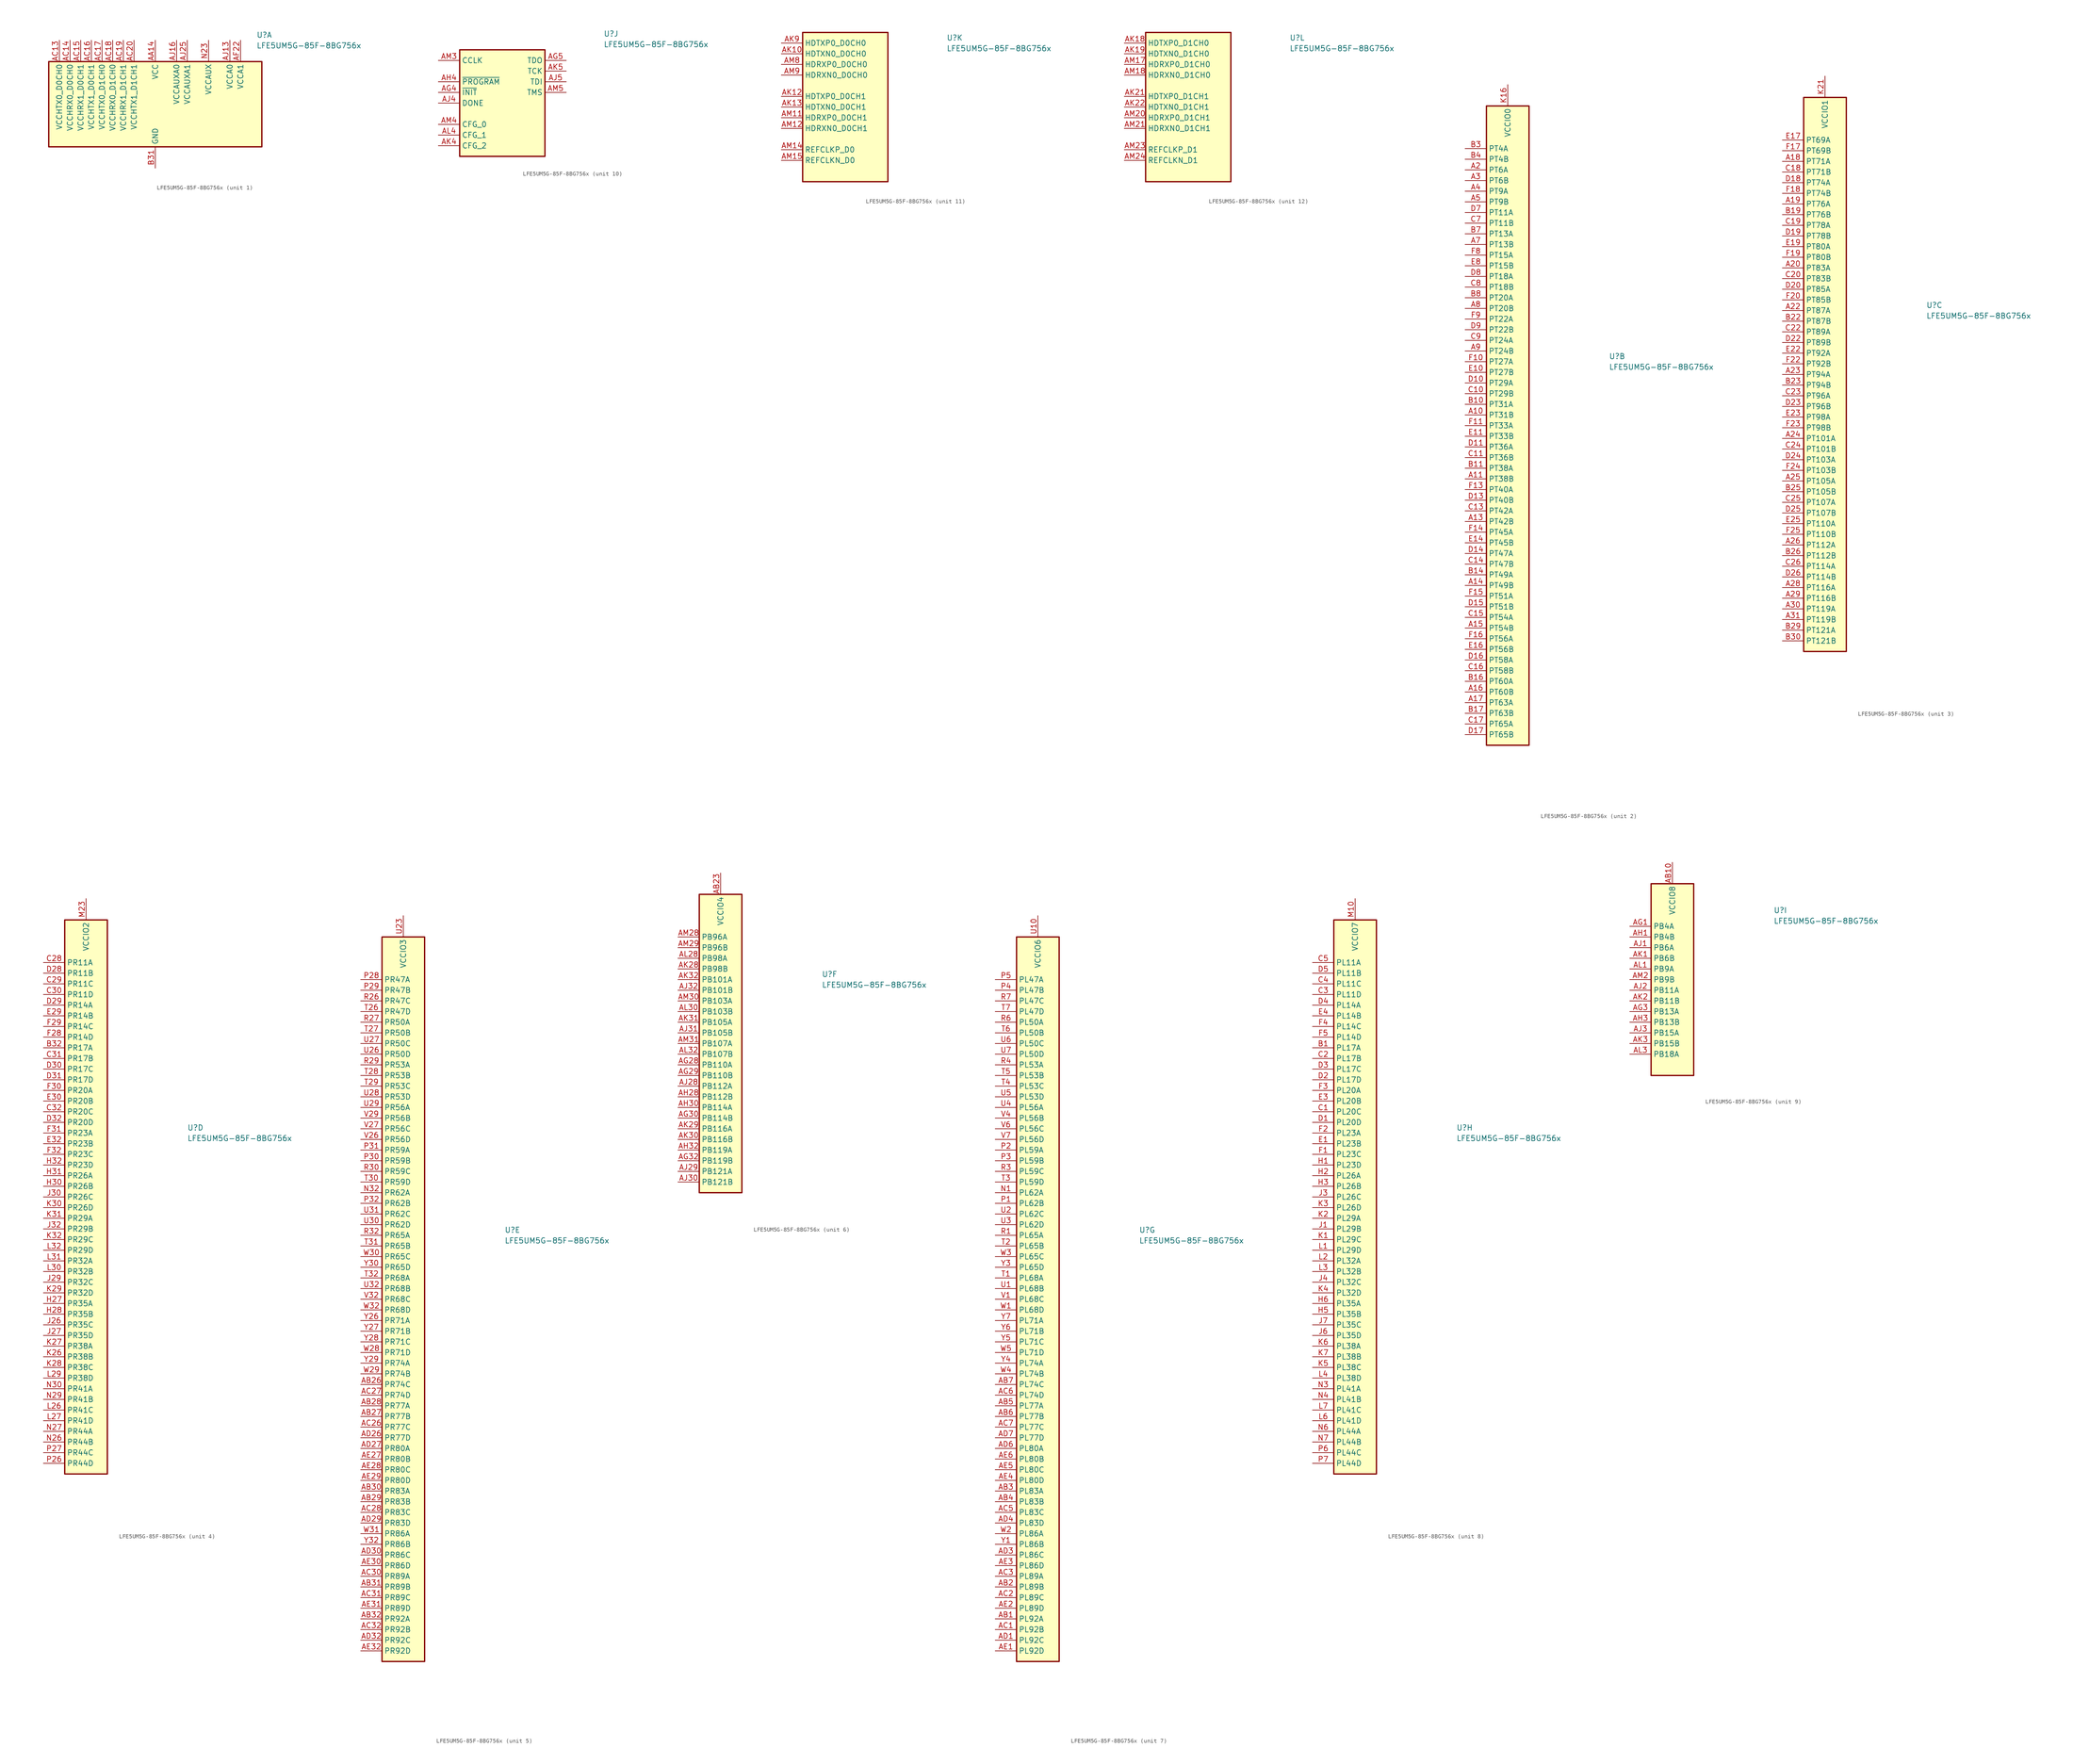
<source format=kicad_sym>
(kicad_symbol_lib
  (version 20241209)
  (generator "kicad_symbol_editor")
  (generator_version "9.0")
  (symbol "LFE5UM5G-85F-8BG756x"
    (property "Reference" "U"
      (at 24.13 16.51 0)
      (effects (font (size 1.27 1.27)) (justify left)))
    (property "Value" "LFE5UM5G-85F-8BG756x"
      (at 24.13 13.97 0)
      (effects (font (size 1.27 1.27)) (justify left)))
    (property "ki_locked" ""
      (at 0 0 0)
      (effects (font (size 1.27 1.27))))
    (symbol "LFE5UM5G-85F-8BG756x_1_1"
      (rectangle (start -25.4 10.16) (end 25.4 -10.16) (stroke (width 0.305) (type default)) (fill (type background)))
      (pin power_in line (at -22.86 15.24 270) (length 5.08) (name "VCCHTX0_D0CH0" (effects (font (size 1.27 1.27)))) (number "AC13" (effects (font (size 1.27 1.27)))))
      (pin no_connect line (at -22.86 -10.16 90) (length 5.08) (hide yes) (name "NC" (effects (font (size 1.27 1.27)))) (number "G15" (effects (font (size 1.27 1.27)))))
      (pin power_in line (at -20.32 15.24 270) (length 5.08) (name "VCCHRX0_D0CH0" (effects (font (size 1.27 1.27)))) (number "AC14" (effects (font (size 1.27 1.27)))))
      (pin no_connect line (at -20.32 -10.16 90) (length 5.08) (hide yes) (name "NC" (effects (font (size 1.27 1.27)))) (number "G14" (effects (font (size 1.27 1.27)))))
      (pin power_in line (at -17.78 15.24 270) (length 5.08) (name "VCCHRX1_D0CH1" (effects (font (size 1.27 1.27)))) (number "AC15" (effects (font (size 1.27 1.27)))))
      (pin no_connect line (at -17.78 -10.16 90) (length 5.08) (hide yes) (name "NC" (effects (font (size 1.27 1.27)))) (number "AG24" (effects (font (size 1.27 1.27)))))
      (pin power_in line (at -15.24 15.24 270) (length 5.08) (name "VCCHTX1_D0CH1" (effects (font (size 1.27 1.27)))) (number "AC16" (effects (font (size 1.27 1.27)))))
      (pin no_connect line (at -15.24 -10.16 90) (length 5.08) (hide yes) (name "NC" (effects (font (size 1.27 1.27)))) (number "G23" (effects (font (size 1.27 1.27)))))
      (pin power_in line (at -12.7 15.24 270) (length 5.08) (name "VCCHTX0_D1CH0" (effects (font (size 1.27 1.27)))) (number "AC17" (effects (font (size 1.27 1.27)))))
      (pin no_connect line (at -12.7 -10.16 90) (length 5.08) (hide yes) (name "NC" (effects (font (size 1.27 1.27)))) (number "G22" (effects (font (size 1.27 1.27)))))
      (pin power_in line (at -10.16 15.24 270) (length 5.08) (name "VCCHRX0_D1CH0" (effects (font (size 1.27 1.27)))) (number "AC18" (effects (font (size 1.27 1.27)))))
      (pin no_connect line (at -10.16 -10.16 90) (length 5.08) (hide yes) (name "NC" (effects (font (size 1.27 1.27)))) (number "G19" (effects (font (size 1.27 1.27)))))
      (pin power_in line (at -7.62 15.24 270) (length 5.08) (name "VCCHRX1_D1CH1" (effects (font (size 1.27 1.27)))) (number "AC19" (effects (font (size 1.27 1.27)))))
      (pin no_connect line (at -7.62 -10.16 90) (length 5.08) (hide yes) (name "NC" (effects (font (size 1.27 1.27)))) (number "G18" (effects (font (size 1.27 1.27)))))
      (pin power_in line (at -5.08 15.24 270) (length 5.08) (name "VCCHTX1_D1CH1" (effects (font (size 1.27 1.27)))) (number "AC20" (effects (font (size 1.27 1.27)))))
      (pin no_connect line (at -5.08 -10.16 90) (length 5.08) (hide yes) (name "NC" (effects (font (size 1.27 1.27)))) (number "G17" (effects (font (size 1.27 1.27)))))
      (pin no_connect line (at -2.54 10.16 270) (length 5.08) (hide yes) (name "NC" (effects (font (size 1.27 1.27)))) (number "G9" (effects (font (size 1.27 1.27)))))
      (pin no_connect line (at -2.54 -10.16 90) (length 5.08) (hide yes) (name "NC" (effects (font (size 1.27 1.27)))) (number "G16" (effects (font (size 1.27 1.27)))))
      (pin passive line (at 0 15.24 270) (length 5.08) (hide yes) (name "VCC" (effects (font (size 1.27 1.27)))) (number "AA12" (effects (font (size 1.27 1.27)))))
      (pin passive line (at 0 15.24 270) (length 5.08) (hide yes) (name "VCC" (effects (font (size 1.27 1.27)))) (number "AA13" (effects (font (size 1.27 1.27)))))
      (pin power_in line (at 0 15.24 270) (length 5.08) (name "VCC" (effects (font (size 1.27 1.27)))) (number "AA14" (effects (font (size 1.27 1.27)))))
      (pin passive line (at 0 15.24 270) (length 5.08) (hide yes) (name "VCC" (effects (font (size 1.27 1.27)))) (number "AA15" (effects (font (size 1.27 1.27)))))
      (pin passive line (at 0 15.24 270) (length 5.08) (hide yes) (name "VCC" (effects (font (size 1.27 1.27)))) (number "AA16" (effects (font (size 1.27 1.27)))))
      (pin passive line (at 0 15.24 270) (length 5.08) (hide yes) (name "VCC" (effects (font (size 1.27 1.27)))) (number "AA17" (effects (font (size 1.27 1.27)))))
      (pin passive line (at 0 15.24 270) (length 5.08) (hide yes) (name "VCC" (effects (font (size 1.27 1.27)))) (number "AA18" (effects (font (size 1.27 1.27)))))
      (pin passive line (at 0 15.24 270) (length 5.08) (hide yes) (name "VCC" (effects (font (size 1.27 1.27)))) (number "AA19" (effects (font (size 1.27 1.27)))))
      (pin passive line (at 0 15.24 270) (length 5.08) (hide yes) (name "VCC" (effects (font (size 1.27 1.27)))) (number "AA20" (effects (font (size 1.27 1.27)))))
      (pin passive line (at 0 15.24 270) (length 5.08) (hide yes) (name "VCC" (effects (font (size 1.27 1.27)))) (number "AA21" (effects (font (size 1.27 1.27)))))
      (pin passive line (at 0 15.24 270) (length 5.08) (hide yes) (name "VCC" (effects (font (size 1.27 1.27)))) (number "M12" (effects (font (size 1.27 1.27)))))
      (pin passive line (at 0 15.24 270) (length 5.08) (hide yes) (name "VCC" (effects (font (size 1.27 1.27)))) (number "M13" (effects (font (size 1.27 1.27)))))
      (pin passive line (at 0 15.24 270) (length 5.08) (hide yes) (name "VCC" (effects (font (size 1.27 1.27)))) (number "M14" (effects (font (size 1.27 1.27)))))
      (pin passive line (at 0 15.24 270) (length 5.08) (hide yes) (name "VCC" (effects (font (size 1.27 1.27)))) (number "M15" (effects (font (size 1.27 1.27)))))
      (pin passive line (at 0 15.24 270) (length 5.08) (hide yes) (name "VCC" (effects (font (size 1.27 1.27)))) (number "M16" (effects (font (size 1.27 1.27)))))
      (pin passive line (at 0 15.24 270) (length 5.08) (hide yes) (name "VCC" (effects (font (size 1.27 1.27)))) (number "M17" (effects (font (size 1.27 1.27)))))
      (pin passive line (at 0 15.24 270) (length 5.08) (hide yes) (name "VCC" (effects (font (size 1.27 1.27)))) (number "M18" (effects (font (size 1.27 1.27)))))
      (pin passive line (at 0 15.24 270) (length 5.08) (hide yes) (name "VCC" (effects (font (size 1.27 1.27)))) (number "M19" (effects (font (size 1.27 1.27)))))
      (pin passive line (at 0 15.24 270) (length 5.08) (hide yes) (name "VCC" (effects (font (size 1.27 1.27)))) (number "M20" (effects (font (size 1.27 1.27)))))
      (pin passive line (at 0 15.24 270) (length 5.08) (hide yes) (name "VCC" (effects (font (size 1.27 1.27)))) (number "M21" (effects (font (size 1.27 1.27)))))
      (pin passive line (at 0 15.24 270) (length 5.08) (hide yes) (name "VCC" (effects (font (size 1.27 1.27)))) (number "N12" (effects (font (size 1.27 1.27)))))
      (pin passive line (at 0 15.24 270) (length 5.08) (hide yes) (name "VCC" (effects (font (size 1.27 1.27)))) (number "N21" (effects (font (size 1.27 1.27)))))
      (pin passive line (at 0 15.24 270) (length 5.08) (hide yes) (name "VCC" (effects (font (size 1.27 1.27)))) (number "P12" (effects (font (size 1.27 1.27)))))
      (pin passive line (at 0 15.24 270) (length 5.08) (hide yes) (name "VCC" (effects (font (size 1.27 1.27)))) (number "P21" (effects (font (size 1.27 1.27)))))
      (pin passive line (at 0 15.24 270) (length 5.08) (hide yes) (name "VCC" (effects (font (size 1.27 1.27)))) (number "R12" (effects (font (size 1.27 1.27)))))
      (pin passive line (at 0 15.24 270) (length 5.08) (hide yes) (name "VCC" (effects (font (size 1.27 1.27)))) (number "R21" (effects (font (size 1.27 1.27)))))
      (pin passive line (at 0 15.24 270) (length 5.08) (hide yes) (name "VCC" (effects (font (size 1.27 1.27)))) (number "T12" (effects (font (size 1.27 1.27)))))
      (pin passive line (at 0 15.24 270) (length 5.08) (hide yes) (name "VCC" (effects (font (size 1.27 1.27)))) (number "T21" (effects (font (size 1.27 1.27)))))
      (pin passive line (at 0 15.24 270) (length 5.08) (hide yes) (name "VCC" (effects (font (size 1.27 1.27)))) (number "U12" (effects (font (size 1.27 1.27)))))
      (pin passive line (at 0 15.24 270) (length 5.08) (hide yes) (name "VCC" (effects (font (size 1.27 1.27)))) (number "U21" (effects (font (size 1.27 1.27)))))
      (pin passive line (at 0 15.24 270) (length 5.08) (hide yes) (name "VCC" (effects (font (size 1.27 1.27)))) (number "V12" (effects (font (size 1.27 1.27)))))
      (pin passive line (at 0 15.24 270) (length 5.08) (hide yes) (name "VCC" (effects (font (size 1.27 1.27)))) (number "V21" (effects (font (size 1.27 1.27)))))
      (pin passive line (at 0 15.24 270) (length 5.08) (hide yes) (name "VCC" (effects (font (size 1.27 1.27)))) (number "W12" (effects (font (size 1.27 1.27)))))
      (pin passive line (at 0 15.24 270) (length 5.08) (hide yes) (name "VCC" (effects (font (size 1.27 1.27)))) (number "W21" (effects (font (size 1.27 1.27)))))
      (pin passive line (at 0 15.24 270) (length 5.08) (hide yes) (name "VCC" (effects (font (size 1.27 1.27)))) (number "Y12" (effects (font (size 1.27 1.27)))))
      (pin passive line (at 0 15.24 270) (length 5.08) (hide yes) (name "VCC" (effects (font (size 1.27 1.27)))) (number "Y21" (effects (font (size 1.27 1.27)))))
      (pin passive line (at 0 -15.24 90) (length 5.08) (hide yes) (name "GND" (effects (font (size 1.27 1.27)))) (number "AA11" (effects (font (size 1.27 1.27)))))
      (pin passive line (at 0 -15.24 90) (length 5.08) (hide yes) (name "GND" (effects (font (size 1.27 1.27)))) (number "AA22" (effects (font (size 1.27 1.27)))))
      (pin passive line (at 0 -15.24 90) (length 5.08) (hide yes) (name "GND" (effects (font (size 1.27 1.27)))) (number "AB11" (effects (font (size 1.27 1.27)))))
      (pin passive line (at 0 -15.24 90) (length 5.08) (hide yes) (name "GND" (effects (font (size 1.27 1.27)))) (number "AB12" (effects (font (size 1.27 1.27)))))
      (pin passive line (at 0 -15.24 90) (length 5.08) (hide yes) (name "GND" (effects (font (size 1.27 1.27)))) (number "AB13" (effects (font (size 1.27 1.27)))))
      (pin passive line (at 0 -15.24 90) (length 5.08) (hide yes) (name "GND" (effects (font (size 1.27 1.27)))) (number "AB14" (effects (font (size 1.27 1.27)))))
      (pin passive line (at 0 -15.24 90) (length 5.08) (hide yes) (name "GND" (effects (font (size 1.27 1.27)))) (number "AB15" (effects (font (size 1.27 1.27)))))
      (pin passive line (at 0 -15.24 90) (length 5.08) (hide yes) (name "GND" (effects (font (size 1.27 1.27)))) (number "AB16" (effects (font (size 1.27 1.27)))))
      (pin passive line (at 0 -15.24 90) (length 5.08) (hide yes) (name "GND" (effects (font (size 1.27 1.27)))) (number "AB17" (effects (font (size 1.27 1.27)))))
      (pin passive line (at 0 -15.24 90) (length 5.08) (hide yes) (name "GND" (effects (font (size 1.27 1.27)))) (number "AB18" (effects (font (size 1.27 1.27)))))
      (pin passive line (at 0 -15.24 90) (length 5.08) (hide yes) (name "GND" (effects (font (size 1.27 1.27)))) (number "AB19" (effects (font (size 1.27 1.27)))))
      (pin passive line (at 0 -15.24 90) (length 5.08) (hide yes) (name "GND" (effects (font (size 1.27 1.27)))) (number "AB20" (effects (font (size 1.27 1.27)))))
      (pin passive line (at 0 -15.24 90) (length 5.08) (hide yes) (name "GND" (effects (font (size 1.27 1.27)))) (number "AB21" (effects (font (size 1.27 1.27)))))
      (pin passive line (at 0 -15.24 90) (length 5.08) (hide yes) (name "GND" (effects (font (size 1.27 1.27)))) (number "AB22" (effects (font (size 1.27 1.27)))))
      (pin passive line (at 0 -15.24 90) (length 5.08) (hide yes) (name "GND" (effects (font (size 1.27 1.27)))) (number "AC12" (effects (font (size 1.27 1.27)))))
      (pin passive line (at 0 -15.24 90) (length 5.08) (hide yes) (name "GND" (effects (font (size 1.27 1.27)))) (number "AC21" (effects (font (size 1.27 1.27)))))
      (pin passive line (at 0 -15.24 90) (length 5.08) (hide yes) (name "GND" (effects (font (size 1.27 1.27)))) (number "AD2" (effects (font (size 1.27 1.27)))))
      (pin passive line (at 0 -15.24 90) (length 5.08) (hide yes) (name "GND" (effects (font (size 1.27 1.27)))) (number "AD28" (effects (font (size 1.27 1.27)))))
      (pin passive line (at 0 -15.24 90) (length 5.08) (hide yes) (name "GND" (effects (font (size 1.27 1.27)))) (number "AD31" (effects (font (size 1.27 1.27)))))
      (pin passive line (at 0 -15.24 90) (length 5.08) (hide yes) (name "GND" (effects (font (size 1.27 1.27)))) (number "AD5" (effects (font (size 1.27 1.27)))))
      (pin passive line (at 0 -15.24 90) (length 5.08) (hide yes) (name "GND" (effects (font (size 1.27 1.27)))) (number "AF11" (effects (font (size 1.27 1.27)))))
      (pin passive line (at 0 -15.24 90) (length 5.08) (hide yes) (name "GND" (effects (font (size 1.27 1.27)))) (number "AF12" (effects (font (size 1.27 1.27)))))
      (pin passive line (at 0 -15.24 90) (length 5.08) (hide yes) (name "GND" (effects (font (size 1.27 1.27)))) (number "AF14" (effects (font (size 1.27 1.27)))))
      (pin passive line (at 0 -15.24 90) (length 5.08) (hide yes) (name "GND" (effects (font (size 1.27 1.27)))) (number "AF15" (effects (font (size 1.27 1.27)))))
      (pin passive line (at 0 -15.24 90) (length 5.08) (hide yes) (name "GND" (effects (font (size 1.27 1.27)))) (number "AF16" (effects (font (size 1.27 1.27)))))
      (pin passive line (at 0 -15.24 90) (length 5.08) (hide yes) (name "GND" (effects (font (size 1.27 1.27)))) (number "AF17" (effects (font (size 1.27 1.27)))))
      (pin passive line (at 0 -15.24 90) (length 5.08) (hide yes) (name "GND" (effects (font (size 1.27 1.27)))) (number "AF19" (effects (font (size 1.27 1.27)))))
      (pin passive line (at 0 -15.24 90) (length 5.08) (hide yes) (name "GND" (effects (font (size 1.27 1.27)))) (number "AF20" (effects (font (size 1.27 1.27)))))
      (pin passive line (at 0 -15.24 90) (length 5.08) (hide yes) (name "GND" (effects (font (size 1.27 1.27)))) (number "AF23" (effects (font (size 1.27 1.27)))))
      (pin passive line (at 0 -15.24 90) (length 5.08) (hide yes) (name "GND" (effects (font (size 1.27 1.27)))) (number "AG11" (effects (font (size 1.27 1.27)))))
      (pin passive line (at 0 -15.24 90) (length 5.08) (hide yes) (name "GND" (effects (font (size 1.27 1.27)))) (number "AG14" (effects (font (size 1.27 1.27)))))
      (pin passive line (at 0 -15.24 90) (length 5.08) (hide yes) (name "GND" (effects (font (size 1.27 1.27)))) (number "AG15" (effects (font (size 1.27 1.27)))))
      (pin passive line (at 0 -15.24 90) (length 5.08) (hide yes) (name "GND" (effects (font (size 1.27 1.27)))) (number "AG16" (effects (font (size 1.27 1.27)))))
      (pin passive line (at 0 -15.24 90) (length 5.08) (hide yes) (name "GND" (effects (font (size 1.27 1.27)))) (number "AG17" (effects (font (size 1.27 1.27)))))
      (pin passive line (at 0 -15.24 90) (length 5.08) (hide yes) (name "GND" (effects (font (size 1.27 1.27)))) (number "AG20" (effects (font (size 1.27 1.27)))))
      (pin passive line (at 0 -15.24 90) (length 5.08) (hide yes) (name "GND" (effects (font (size 1.27 1.27)))) (number "AG23" (effects (font (size 1.27 1.27)))))
      (pin passive line (at 0 -15.24 90) (length 5.08) (hide yes) (name "GND" (effects (font (size 1.27 1.27)))) (number "AH11" (effects (font (size 1.27 1.27)))))
      (pin passive line (at 0 -15.24 90) (length 5.08) (hide yes) (name "GND" (effects (font (size 1.27 1.27)))) (number "AH14" (effects (font (size 1.27 1.27)))))
      (pin passive line (at 0 -15.24 90) (length 5.08) (hide yes) (name "GND" (effects (font (size 1.27 1.27)))) (number "AH15" (effects (font (size 1.27 1.27)))))
      (pin passive line (at 0 -15.24 90) (length 5.08) (hide yes) (name "GND" (effects (font (size 1.27 1.27)))) (number "AH16" (effects (font (size 1.27 1.27)))))
      (pin passive line (at 0 -15.24 90) (length 5.08) (hide yes) (name "GND" (effects (font (size 1.27 1.27)))) (number "AH17" (effects (font (size 1.27 1.27)))))
      (pin passive line (at 0 -15.24 90) (length 5.08) (hide yes) (name "GND" (effects (font (size 1.27 1.27)))) (number "AH2" (effects (font (size 1.27 1.27)))))
      (pin passive line (at 0 -15.24 90) (length 5.08) (hide yes) (name "GND" (effects (font (size 1.27 1.27)))) (number "AH20" (effects (font (size 1.27 1.27)))))
      (pin passive line (at 0 -15.24 90) (length 5.08) (hide yes) (name "GND" (effects (font (size 1.27 1.27)))) (number "AH23" (effects (font (size 1.27 1.27)))))
      (pin passive line (at 0 -15.24 90) (length 5.08) (hide yes) (name "GND" (effects (font (size 1.27 1.27)))) (number "AH24" (effects (font (size 1.27 1.27)))))
      (pin passive line (at 0 -15.24 90) (length 5.08) (hide yes) (name "GND" (effects (font (size 1.27 1.27)))) (number "AH25" (effects (font (size 1.27 1.27)))))
      (pin passive line (at 0 -15.24 90) (length 5.08) (hide yes) (name "GND" (effects (font (size 1.27 1.27)))) (number "AH26" (effects (font (size 1.27 1.27)))))
      (pin passive line (at 0 -15.24 90) (length 5.08) (hide yes) (name "GND" (effects (font (size 1.27 1.27)))) (number "AH29" (effects (font (size 1.27 1.27)))))
      (pin passive line (at 0 -15.24 90) (length 5.08) (hide yes) (name "GND" (effects (font (size 1.27 1.27)))) (number "AH31" (effects (font (size 1.27 1.27)))))
      (pin passive line (at 0 -15.24 90) (length 5.08) (hide yes) (name "GND" (effects (font (size 1.27 1.27)))) (number "AH5" (effects (font (size 1.27 1.27)))))
      (pin passive line (at 0 -15.24 90) (length 5.08) (hide yes) (name "GND" (effects (font (size 1.27 1.27)))) (number "AH7" (effects (font (size 1.27 1.27)))))
      (pin passive line (at 0 -15.24 90) (length 5.08) (hide yes) (name "GND" (effects (font (size 1.27 1.27)))) (number "AH8" (effects (font (size 1.27 1.27)))))
      (pin passive line (at 0 -15.24 90) (length 5.08) (hide yes) (name "GND" (effects (font (size 1.27 1.27)))) (number "AJ11" (effects (font (size 1.27 1.27)))))
      (pin passive line (at 0 -15.24 90) (length 5.08) (hide yes) (name "GND" (effects (font (size 1.27 1.27)))) (number "AJ14" (effects (font (size 1.27 1.27)))))
      (pin passive line (at 0 -15.24 90) (length 5.08) (hide yes) (name "GND" (effects (font (size 1.27 1.27)))) (number "AJ17" (effects (font (size 1.27 1.27)))))
      (pin passive line (at 0 -15.24 90) (length 5.08) (hide yes) (name "GND" (effects (font (size 1.27 1.27)))) (number "AJ20" (effects (font (size 1.27 1.27)))))
      (pin passive line (at 0 -15.24 90) (length 5.08) (hide yes) (name "GND" (effects (font (size 1.27 1.27)))) (number "AJ23" (effects (font (size 1.27 1.27)))))
      (pin passive line (at 0 -15.24 90) (length 5.08) (hide yes) (name "GND" (effects (font (size 1.27 1.27)))) (number "AJ26" (effects (font (size 1.27 1.27)))))
      (pin passive line (at 0 -15.24 90) (length 5.08) (hide yes) (name "GND" (effects (font (size 1.27 1.27)))) (number "AJ7" (effects (font (size 1.27 1.27)))))
      (pin passive line (at 0 -15.24 90) (length 5.08) (hide yes) (name "GND" (effects (font (size 1.27 1.27)))) (number "AJ8" (effects (font (size 1.27 1.27)))))
      (pin passive line (at 0 -15.24 90) (length 5.08) (hide yes) (name "GND" (effects (font (size 1.27 1.27)))) (number "AK11" (effects (font (size 1.27 1.27)))))
      (pin passive line (at 0 -15.24 90) (length 5.08) (hide yes) (name "GND" (effects (font (size 1.27 1.27)))) (number "AK14" (effects (font (size 1.27 1.27)))))
      (pin passive line (at 0 -15.24 90) (length 5.08) (hide yes) (name "GND" (effects (font (size 1.27 1.27)))) (number "AK17" (effects (font (size 1.27 1.27)))))
      (pin passive line (at 0 -15.24 90) (length 5.08) (hide yes) (name "GND" (effects (font (size 1.27 1.27)))) (number "AK20" (effects (font (size 1.27 1.27)))))
      (pin passive line (at 0 -15.24 90) (length 5.08) (hide yes) (name "GND" (effects (font (size 1.27 1.27)))) (number "AK23" (effects (font (size 1.27 1.27)))))
      (pin passive line (at 0 -15.24 90) (length 5.08) (hide yes) (name "GND" (effects (font (size 1.27 1.27)))) (number "AK26" (effects (font (size 1.27 1.27)))))
      (pin passive line (at 0 -15.24 90) (length 5.08) (hide yes) (name "GND" (effects (font (size 1.27 1.27)))) (number "AK7" (effects (font (size 1.27 1.27)))))
      (pin passive line (at 0 -15.24 90) (length 5.08) (hide yes) (name "GND" (effects (font (size 1.27 1.27)))) (number "AK8" (effects (font (size 1.27 1.27)))))
      (pin passive line (at 0 -15.24 90) (length 5.08) (hide yes) (name "GND" (effects (font (size 1.27 1.27)))) (number "AL11" (effects (font (size 1.27 1.27)))))
      (pin passive line (at 0 -15.24 90) (length 5.08) (hide yes) (name "GND" (effects (font (size 1.27 1.27)))) (number "AL12" (effects (font (size 1.27 1.27)))))
      (pin passive line (at 0 -15.24 90) (length 5.08) (hide yes) (name "GND" (effects (font (size 1.27 1.27)))) (number "AL14" (effects (font (size 1.27 1.27)))))
      (pin passive line (at 0 -15.24 90) (length 5.08) (hide yes) (name "GND" (effects (font (size 1.27 1.27)))) (number "AL15" (effects (font (size 1.27 1.27)))))
      (pin passive line (at 0 -15.24 90) (length 5.08) (hide yes) (name "GND" (effects (font (size 1.27 1.27)))) (number "AL17" (effects (font (size 1.27 1.27)))))
      (pin passive line (at 0 -15.24 90) (length 5.08) (hide yes) (name "GND" (effects (font (size 1.27 1.27)))) (number "AL18" (effects (font (size 1.27 1.27)))))
      (pin passive line (at 0 -15.24 90) (length 5.08) (hide yes) (name "GND" (effects (font (size 1.27 1.27)))) (number "AL2" (effects (font (size 1.27 1.27)))))
      (pin passive line (at 0 -15.24 90) (length 5.08) (hide yes) (name "GND" (effects (font (size 1.27 1.27)))) (number "AL20" (effects (font (size 1.27 1.27)))))
      (pin passive line (at 0 -15.24 90) (length 5.08) (hide yes) (name "GND" (effects (font (size 1.27 1.27)))) (number "AL21" (effects (font (size 1.27 1.27)))))
      (pin passive line (at 0 -15.24 90) (length 5.08) (hide yes) (name "GND" (effects (font (size 1.27 1.27)))) (number "AL23" (effects (font (size 1.27 1.27)))))
      (pin passive line (at 0 -15.24 90) (length 5.08) (hide yes) (name "GND" (effects (font (size 1.27 1.27)))) (number "AL24" (effects (font (size 1.27 1.27)))))
      (pin passive line (at 0 -15.24 90) (length 5.08) (hide yes) (name "GND" (effects (font (size 1.27 1.27)))) (number "AL26" (effects (font (size 1.27 1.27)))))
      (pin passive line (at 0 -15.24 90) (length 5.08) (hide yes) (name "GND" (effects (font (size 1.27 1.27)))) (number "AL29" (effects (font (size 1.27 1.27)))))
      (pin passive line (at 0 -15.24 90) (length 5.08) (hide yes) (name "GND" (effects (font (size 1.27 1.27)))) (number "AL31" (effects (font (size 1.27 1.27)))))
      (pin passive line (at 0 -15.24 90) (length 5.08) (hide yes) (name "GND" (effects (font (size 1.27 1.27)))) (number "AL5" (effects (font (size 1.27 1.27)))))
      (pin passive line (at 0 -15.24 90) (length 5.08) (hide yes) (name "GND" (effects (font (size 1.27 1.27)))) (number "AL7" (effects (font (size 1.27 1.27)))))
      (pin passive line (at 0 -15.24 90) (length 5.08) (hide yes) (name "GND" (effects (font (size 1.27 1.27)))) (number "AL8" (effects (font (size 1.27 1.27)))))
      (pin passive line (at 0 -15.24 90) (length 5.08) (hide yes) (name "GND" (effects (font (size 1.27 1.27)))) (number "AL9" (effects (font (size 1.27 1.27)))))
      (pin passive line (at 0 -15.24 90) (length 5.08) (hide yes) (name "GND" (effects (font (size 1.27 1.27)))) (number "AM26" (effects (font (size 1.27 1.27)))))
      (pin passive line (at 0 -15.24 90) (length 5.08) (hide yes) (name "GND" (effects (font (size 1.27 1.27)))) (number "AM7" (effects (font (size 1.27 1.27)))))
      (pin passive line (at 0 -15.24 90) (length 5.08) (hide yes) (name "GND" (effects (font (size 1.27 1.27)))) (number "B13" (effects (font (size 1.27 1.27)))))
      (pin passive line (at 0 -15.24 90) (length 5.08) (hide yes) (name "GND" (effects (font (size 1.27 1.27)))) (number "B15" (effects (font (size 1.27 1.27)))))
      (pin passive line (at 0 -15.24 90) (length 5.08) (hide yes) (name "GND" (effects (font (size 1.27 1.27)))) (number "B18" (effects (font (size 1.27 1.27)))))
      (pin passive line (at 0 -15.24 90) (length 5.08) (hide yes) (name "GND" (effects (font (size 1.27 1.27)))) (number "B2" (effects (font (size 1.27 1.27)))))
      (pin passive line (at 0 -15.24 90) (length 5.08) (hide yes) (name "GND" (effects (font (size 1.27 1.27)))) (number "B20" (effects (font (size 1.27 1.27)))))
      (pin passive line (at 0 -15.24 90) (length 5.08) (hide yes) (name "GND" (effects (font (size 1.27 1.27)))) (number "B24" (effects (font (size 1.27 1.27)))))
      (pin passive line (at 0 -15.24 90) (length 5.08) (hide yes) (name "GND" (effects (font (size 1.27 1.27)))) (number "B28" (effects (font (size 1.27 1.27)))))
      (pin power_in line (at 0 -15.24 90) (length 5.08) (name "GND" (effects (font (size 1.27 1.27)))) (number "B31" (effects (font (size 1.27 1.27)))))
      (pin passive line (at 0 -15.24 90) (length 5.08) (hide yes) (name "GND" (effects (font (size 1.27 1.27)))) (number "B5" (effects (font (size 1.27 1.27)))))
      (pin passive line (at 0 -15.24 90) (length 5.08) (hide yes) (name "GND" (effects (font (size 1.27 1.27)))) (number "B9" (effects (font (size 1.27 1.27)))))
      (pin passive line (at 0 -15.24 90) (length 5.08) (hide yes) (name "GND" (effects (font (size 1.27 1.27)))) (number "E13" (effects (font (size 1.27 1.27)))))
      (pin passive line (at 0 -15.24 90) (length 5.08) (hide yes) (name "GND" (effects (font (size 1.27 1.27)))) (number "E15" (effects (font (size 1.27 1.27)))))
      (pin passive line (at 0 -15.24 90) (length 5.08) (hide yes) (name "GND" (effects (font (size 1.27 1.27)))) (number "E18" (effects (font (size 1.27 1.27)))))
      (pin passive line (at 0 -15.24 90) (length 5.08) (hide yes) (name "GND" (effects (font (size 1.27 1.27)))) (number "E2" (effects (font (size 1.27 1.27)))))
      (pin passive line (at 0 -15.24 90) (length 5.08) (hide yes) (name "GND" (effects (font (size 1.27 1.27)))) (number "E20" (effects (font (size 1.27 1.27)))))
      (pin passive line (at 0 -15.24 90) (length 5.08) (hide yes) (name "GND" (effects (font (size 1.27 1.27)))) (number "E24" (effects (font (size 1.27 1.27)))))
      (pin passive line (at 0 -15.24 90) (length 5.08) (hide yes) (name "GND" (effects (font (size 1.27 1.27)))) (number "E28" (effects (font (size 1.27 1.27)))))
      (pin passive line (at 0 -15.24 90) (length 5.08) (hide yes) (name "GND" (effects (font (size 1.27 1.27)))) (number "E31" (effects (font (size 1.27 1.27)))))
      (pin passive line (at 0 -15.24 90) (length 5.08) (hide yes) (name "GND" (effects (font (size 1.27 1.27)))) (number "E5" (effects (font (size 1.27 1.27)))))
      (pin passive line (at 0 -15.24 90) (length 5.08) (hide yes) (name "GND" (effects (font (size 1.27 1.27)))) (number "E9" (effects (font (size 1.27 1.27)))))
      (pin passive line (at 0 -15.24 90) (length 5.08) (hide yes) (name "GND" (effects (font (size 1.27 1.27)))) (number "J2" (effects (font (size 1.27 1.27)))))
      (pin passive line (at 0 -15.24 90) (length 5.08) (hide yes) (name "GND" (effects (font (size 1.27 1.27)))) (number "J28" (effects (font (size 1.27 1.27)))))
      (pin passive line (at 0 -15.24 90) (length 5.08) (hide yes) (name "GND" (effects (font (size 1.27 1.27)))) (number "J31" (effects (font (size 1.27 1.27)))))
      (pin passive line (at 0 -15.24 90) (length 5.08) (hide yes) (name "GND" (effects (font (size 1.27 1.27)))) (number "J5" (effects (font (size 1.27 1.27)))))
      (pin passive line (at 0 -15.24 90) (length 5.08) (hide yes) (name "GND" (effects (font (size 1.27 1.27)))) (number "K10" (effects (font (size 1.27 1.27)))))
      (pin passive line (at 0 -15.24 90) (length 5.08) (hide yes) (name "GND" (effects (font (size 1.27 1.27)))) (number "K11" (effects (font (size 1.27 1.27)))))
      (pin passive line (at 0 -15.24 90) (length 5.08) (hide yes) (name "GND" (effects (font (size 1.27 1.27)))) (number "K22" (effects (font (size 1.27 1.27)))))
      (pin passive line (at 0 -15.24 90) (length 5.08) (hide yes) (name "GND" (effects (font (size 1.27 1.27)))) (number "K23" (effects (font (size 1.27 1.27)))))
      (pin passive line (at 0 -15.24 90) (length 5.08) (hide yes) (name "GND" (effects (font (size 1.27 1.27)))) (number "L10" (effects (font (size 1.27 1.27)))))
      (pin passive line (at 0 -15.24 90) (length 5.08) (hide yes) (name "GND" (effects (font (size 1.27 1.27)))) (number "L11" (effects (font (size 1.27 1.27)))))
      (pin passive line (at 0 -15.24 90) (length 5.08) (hide yes) (name "GND" (effects (font (size 1.27 1.27)))) (number "L12" (effects (font (size 1.27 1.27)))))
      (pin passive line (at 0 -15.24 90) (length 5.08) (hide yes) (name "GND" (effects (font (size 1.27 1.27)))) (number "L13" (effects (font (size 1.27 1.27)))))
      (pin passive line (at 0 -15.24 90) (length 5.08) (hide yes) (name "GND" (effects (font (size 1.27 1.27)))) (number "L14" (effects (font (size 1.27 1.27)))))
      (pin passive line (at 0 -15.24 90) (length 5.08) (hide yes) (name "GND" (effects (font (size 1.27 1.27)))) (number "L15" (effects (font (size 1.27 1.27)))))
      (pin passive line (at 0 -15.24 90) (length 5.08) (hide yes) (name "GND" (effects (font (size 1.27 1.27)))) (number "L16" (effects (font (size 1.27 1.27)))))
      (pin passive line (at 0 -15.24 90) (length 5.08) (hide yes) (name "GND" (effects (font (size 1.27 1.27)))) (number "L17" (effects (font (size 1.27 1.27)))))
      (pin passive line (at 0 -15.24 90) (length 5.08) (hide yes) (name "GND" (effects (font (size 1.27 1.27)))) (number "L18" (effects (font (size 1.27 1.27)))))
      (pin passive line (at 0 -15.24 90) (length 5.08) (hide yes) (name "GND" (effects (font (size 1.27 1.27)))) (number "L19" (effects (font (size 1.27 1.27)))))
      (pin passive line (at 0 -15.24 90) (length 5.08) (hide yes) (name "GND" (effects (font (size 1.27 1.27)))) (number "L20" (effects (font (size 1.27 1.27)))))
      (pin passive line (at 0 -15.24 90) (length 5.08) (hide yes) (name "GND" (effects (font (size 1.27 1.27)))) (number "L21" (effects (font (size 1.27 1.27)))))
      (pin passive line (at 0 -15.24 90) (length 5.08) (hide yes) (name "GND" (effects (font (size 1.27 1.27)))) (number "L22" (effects (font (size 1.27 1.27)))))
      (pin passive line (at 0 -15.24 90) (length 5.08) (hide yes) (name "GND" (effects (font (size 1.27 1.27)))) (number "L23" (effects (font (size 1.27 1.27)))))
      (pin passive line (at 0 -15.24 90) (length 5.08) (hide yes) (name "GND" (effects (font (size 1.27 1.27)))) (number "M11" (effects (font (size 1.27 1.27)))))
      (pin passive line (at 0 -15.24 90) (length 5.08) (hide yes) (name "GND" (effects (font (size 1.27 1.27)))) (number "M22" (effects (font (size 1.27 1.27)))))
      (pin passive line (at 0 -15.24 90) (length 5.08) (hide yes) (name "GND" (effects (font (size 1.27 1.27)))) (number "N11" (effects (font (size 1.27 1.27)))))
      (pin passive line (at 0 -15.24 90) (length 5.08) (hide yes) (name "GND" (effects (font (size 1.27 1.27)))) (number "N13" (effects (font (size 1.27 1.27)))))
      (pin passive line (at 0 -15.24 90) (length 5.08) (hide yes) (name "GND" (effects (font (size 1.27 1.27)))) (number "N14" (effects (font (size 1.27 1.27)))))
      (pin passive line (at 0 -15.24 90) (length 5.08) (hide yes) (name "GND" (effects (font (size 1.27 1.27)))) (number "N15" (effects (font (size 1.27 1.27)))))
      (pin passive line (at 0 -15.24 90) (length 5.08) (hide yes) (name "GND" (effects (font (size 1.27 1.27)))) (number "N16" (effects (font (size 1.27 1.27)))))
      (pin passive line (at 0 -15.24 90) (length 5.08) (hide yes) (name "GND" (effects (font (size 1.27 1.27)))) (number "N17" (effects (font (size 1.27 1.27)))))
      (pin passive line (at 0 -15.24 90) (length 5.08) (hide yes) (name "GND" (effects (font (size 1.27 1.27)))) (number "N18" (effects (font (size 1.27 1.27)))))
      (pin passive line (at 0 -15.24 90) (length 5.08) (hide yes) (name "GND" (effects (font (size 1.27 1.27)))) (number "N19" (effects (font (size 1.27 1.27)))))
      (pin passive line (at 0 -15.24 90) (length 5.08) (hide yes) (name "GND" (effects (font (size 1.27 1.27)))) (number "N2" (effects (font (size 1.27 1.27)))))
      (pin passive line (at 0 -15.24 90) (length 5.08) (hide yes) (name "GND" (effects (font (size 1.27 1.27)))) (number "N20" (effects (font (size 1.27 1.27)))))
      (pin passive line (at 0 -15.24 90) (length 5.08) (hide yes) (name "GND" (effects (font (size 1.27 1.27)))) (number "N22" (effects (font (size 1.27 1.27)))))
      (pin passive line (at 0 -15.24 90) (length 5.08) (hide yes) (name "GND" (effects (font (size 1.27 1.27)))) (number "N28" (effects (font (size 1.27 1.27)))))
      (pin passive line (at 0 -15.24 90) (length 5.08) (hide yes) (name "GND" (effects (font (size 1.27 1.27)))) (number "N31" (effects (font (size 1.27 1.27)))))
      (pin passive line (at 0 -15.24 90) (length 5.08) (hide yes) (name "GND" (effects (font (size 1.27 1.27)))) (number "N5" (effects (font (size 1.27 1.27)))))
      (pin passive line (at 0 -15.24 90) (length 5.08) (hide yes) (name "GND" (effects (font (size 1.27 1.27)))) (number "P11" (effects (font (size 1.27 1.27)))))
      (pin passive line (at 0 -15.24 90) (length 5.08) (hide yes) (name "GND" (effects (font (size 1.27 1.27)))) (number "P13" (effects (font (size 1.27 1.27)))))
      (pin passive line (at 0 -15.24 90) (length 5.08) (hide yes) (name "GND" (effects (font (size 1.27 1.27)))) (number "P14" (effects (font (size 1.27 1.27)))))
      (pin passive line (at 0 -15.24 90) (length 5.08) (hide yes) (name "GND" (effects (font (size 1.27 1.27)))) (number "P15" (effects (font (size 1.27 1.27)))))
      (pin passive line (at 0 -15.24 90) (length 5.08) (hide yes) (name "GND" (effects (font (size 1.27 1.27)))) (number "P16" (effects (font (size 1.27 1.27)))))
      (pin passive line (at 0 -15.24 90) (length 5.08) (hide yes) (name "GND" (effects (font (size 1.27 1.27)))) (number "P17" (effects (font (size 1.27 1.27)))))
      (pin passive line (at 0 -15.24 90) (length 5.08) (hide yes) (name "GND" (effects (font (size 1.27 1.27)))) (number "P18" (effects (font (size 1.27 1.27)))))
      (pin passive line (at 0 -15.24 90) (length 5.08) (hide yes) (name "GND" (effects (font (size 1.27 1.27)))) (number "P19" (effects (font (size 1.27 1.27)))))
      (pin passive line (at 0 -15.24 90) (length 5.08) (hide yes) (name "GND" (effects (font (size 1.27 1.27)))) (number "P20" (effects (font (size 1.27 1.27)))))
      (pin passive line (at 0 -15.24 90) (length 5.08) (hide yes) (name "GND" (effects (font (size 1.27 1.27)))) (number "P22" (effects (font (size 1.27 1.27)))))
      (pin passive line (at 0 -15.24 90) (length 5.08) (hide yes) (name "GND" (effects (font (size 1.27 1.27)))) (number "R11" (effects (font (size 1.27 1.27)))))
      (pin passive line (at 0 -15.24 90) (length 5.08) (hide yes) (name "GND" (effects (font (size 1.27 1.27)))) (number "R13" (effects (font (size 1.27 1.27)))))
      (pin passive line (at 0 -15.24 90) (length 5.08) (hide yes) (name "GND" (effects (font (size 1.27 1.27)))) (number "R14" (effects (font (size 1.27 1.27)))))
      (pin passive line (at 0 -15.24 90) (length 5.08) (hide yes) (name "GND" (effects (font (size 1.27 1.27)))) (number "R15" (effects (font (size 1.27 1.27)))))
      (pin passive line (at 0 -15.24 90) (length 5.08) (hide yes) (name "GND" (effects (font (size 1.27 1.27)))) (number "R16" (effects (font (size 1.27 1.27)))))
      (pin passive line (at 0 -15.24 90) (length 5.08) (hide yes) (name "GND" (effects (font (size 1.27 1.27)))) (number "R17" (effects (font (size 1.27 1.27)))))
      (pin passive line (at 0 -15.24 90) (length 5.08) (hide yes) (name "GND" (effects (font (size 1.27 1.27)))) (number "R18" (effects (font (size 1.27 1.27)))))
      (pin passive line (at 0 -15.24 90) (length 5.08) (hide yes) (name "GND" (effects (font (size 1.27 1.27)))) (number "R19" (effects (font (size 1.27 1.27)))))
      (pin passive line (at 0 -15.24 90) (length 5.08) (hide yes) (name "GND" (effects (font (size 1.27 1.27)))) (number "R2" (effects (font (size 1.27 1.27)))))
      (pin passive line (at 0 -15.24 90) (length 5.08) (hide yes) (name "GND" (effects (font (size 1.27 1.27)))) (number "R20" (effects (font (size 1.27 1.27)))))
      (pin passive line (at 0 -15.24 90) (length 5.08) (hide yes) (name "GND" (effects (font (size 1.27 1.27)))) (number "R22" (effects (font (size 1.27 1.27)))))
      (pin passive line (at 0 -15.24 90) (length 5.08) (hide yes) (name "GND" (effects (font (size 1.27 1.27)))) (number "R28" (effects (font (size 1.27 1.27)))))
      (pin passive line (at 0 -15.24 90) (length 5.08) (hide yes) (name "GND" (effects (font (size 1.27 1.27)))) (number "R31" (effects (font (size 1.27 1.27)))))
      (pin passive line (at 0 -15.24 90) (length 5.08) (hide yes) (name "GND" (effects (font (size 1.27 1.27)))) (number "R5" (effects (font (size 1.27 1.27)))))
      (pin passive line (at 0 -15.24 90) (length 5.08) (hide yes) (name "GND" (effects (font (size 1.27 1.27)))) (number "T11" (effects (font (size 1.27 1.27)))))
      (pin passive line (at 0 -15.24 90) (length 5.08) (hide yes) (name "GND" (effects (font (size 1.27 1.27)))) (number "T13" (effects (font (size 1.27 1.27)))))
      (pin passive line (at 0 -15.24 90) (length 5.08) (hide yes) (name "GND" (effects (font (size 1.27 1.27)))) (number "T14" (effects (font (size 1.27 1.27)))))
      (pin passive line (at 0 -15.24 90) (length 5.08) (hide yes) (name "GND" (effects (font (size 1.27 1.27)))) (number "T15" (effects (font (size 1.27 1.27)))))
      (pin passive line (at 0 -15.24 90) (length 5.08) (hide yes) (name "GND" (effects (font (size 1.27 1.27)))) (number "T16" (effects (font (size 1.27 1.27)))))
      (pin passive line (at 0 -15.24 90) (length 5.08) (hide yes) (name "GND" (effects (font (size 1.27 1.27)))) (number "T17" (effects (font (size 1.27 1.27)))))
      (pin passive line (at 0 -15.24 90) (length 5.08) (hide yes) (name "GND" (effects (font (size 1.27 1.27)))) (number "T18" (effects (font (size 1.27 1.27)))))
      (pin passive line (at 0 -15.24 90) (length 5.08) (hide yes) (name "GND" (effects (font (size 1.27 1.27)))) (number "T19" (effects (font (size 1.27 1.27)))))
      (pin passive line (at 0 -15.24 90) (length 5.08) (hide yes) (name "GND" (effects (font (size 1.27 1.27)))) (number "T20" (effects (font (size 1.27 1.27)))))
      (pin passive line (at 0 -15.24 90) (length 5.08) (hide yes) (name "GND" (effects (font (size 1.27 1.27)))) (number "T22" (effects (font (size 1.27 1.27)))))
      (pin passive line (at 0 -15.24 90) (length 5.08) (hide yes) (name "GND" (effects (font (size 1.27 1.27)))) (number "U11" (effects (font (size 1.27 1.27)))))
      (pin passive line (at 0 -15.24 90) (length 5.08) (hide yes) (name "GND" (effects (font (size 1.27 1.27)))) (number "U13" (effects (font (size 1.27 1.27)))))
      (pin passive line (at 0 -15.24 90) (length 5.08) (hide yes) (name "GND" (effects (font (size 1.27 1.27)))) (number "U14" (effects (font (size 1.27 1.27)))))
      (pin passive line (at 0 -15.24 90) (length 5.08) (hide yes) (name "GND" (effects (font (size 1.27 1.27)))) (number "U15" (effects (font (size 1.27 1.27)))))
      (pin passive line (at 0 -15.24 90) (length 5.08) (hide yes) (name "GND" (effects (font (size 1.27 1.27)))) (number "U16" (effects (font (size 1.27 1.27)))))
      (pin passive line (at 0 -15.24 90) (length 5.08) (hide yes) (name "GND" (effects (font (size 1.27 1.27)))) (number "U17" (effects (font (size 1.27 1.27)))))
      (pin passive line (at 0 -15.24 90) (length 5.08) (hide yes) (name "GND" (effects (font (size 1.27 1.27)))) (number "U18" (effects (font (size 1.27 1.27)))))
      (pin passive line (at 0 -15.24 90) (length 5.08) (hide yes) (name "GND" (effects (font (size 1.27 1.27)))) (number "U19" (effects (font (size 1.27 1.27)))))
      (pin passive line (at 0 -15.24 90) (length 5.08) (hide yes) (name "GND" (effects (font (size 1.27 1.27)))) (number "U20" (effects (font (size 1.27 1.27)))))
      (pin passive line (at 0 -15.24 90) (length 5.08) (hide yes) (name "GND" (effects (font (size 1.27 1.27)))) (number "U22" (effects (font (size 1.27 1.27)))))
      (pin passive line (at 0 -15.24 90) (length 5.08) (hide yes) (name "GND" (effects (font (size 1.27 1.27)))) (number "V11" (effects (font (size 1.27 1.27)))))
      (pin passive line (at 0 -15.24 90) (length 5.08) (hide yes) (name "GND" (effects (font (size 1.27 1.27)))) (number "V13" (effects (font (size 1.27 1.27)))))
      (pin passive line (at 0 -15.24 90) (length 5.08) (hide yes) (name "GND" (effects (font (size 1.27 1.27)))) (number "V14" (effects (font (size 1.27 1.27)))))
      (pin passive line (at 0 -15.24 90) (length 5.08) (hide yes) (name "GND" (effects (font (size 1.27 1.27)))) (number "V15" (effects (font (size 1.27 1.27)))))
      (pin passive line (at 0 -15.24 90) (length 5.08) (hide yes) (name "GND" (effects (font (size 1.27 1.27)))) (number "V16" (effects (font (size 1.27 1.27)))))
      (pin passive line (at 0 -15.24 90) (length 5.08) (hide yes) (name "GND" (effects (font (size 1.27 1.27)))) (number "V17" (effects (font (size 1.27 1.27)))))
      (pin passive line (at 0 -15.24 90) (length 5.08) (hide yes) (name "GND" (effects (font (size 1.27 1.27)))) (number "V18" (effects (font (size 1.27 1.27)))))
      (pin passive line (at 0 -15.24 90) (length 5.08) (hide yes) (name "GND" (effects (font (size 1.27 1.27)))) (number "V19" (effects (font (size 1.27 1.27)))))
      (pin passive line (at 0 -15.24 90) (length 5.08) (hide yes) (name "GND" (effects (font (size 1.27 1.27)))) (number "V2" (effects (font (size 1.27 1.27)))))
      (pin passive line (at 0 -15.24 90) (length 5.08) (hide yes) (name "GND" (effects (font (size 1.27 1.27)))) (number "V20" (effects (font (size 1.27 1.27)))))
      (pin passive line (at 0 -15.24 90) (length 5.08) (hide yes) (name "GND" (effects (font (size 1.27 1.27)))) (number "V22" (effects (font (size 1.27 1.27)))))
      (pin passive line (at 0 -15.24 90) (length 5.08) (hide yes) (name "GND" (effects (font (size 1.27 1.27)))) (number "V28" (effects (font (size 1.27 1.27)))))
      (pin passive line (at 0 -15.24 90) (length 5.08) (hide yes) (name "GND" (effects (font (size 1.27 1.27)))) (number "V31" (effects (font (size 1.27 1.27)))))
      (pin passive line (at 0 -15.24 90) (length 5.08) (hide yes) (name "GND" (effects (font (size 1.27 1.27)))) (number "V5" (effects (font (size 1.27 1.27)))))
      (pin passive line (at 0 -15.24 90) (length 5.08) (hide yes) (name "GND" (effects (font (size 1.27 1.27)))) (number "W11" (effects (font (size 1.27 1.27)))))
      (pin passive line (at 0 -15.24 90) (length 5.08) (hide yes) (name "GND" (effects (font (size 1.27 1.27)))) (number "W13" (effects (font (size 1.27 1.27)))))
      (pin passive line (at 0 -15.24 90) (length 5.08) (hide yes) (name "GND" (effects (font (size 1.27 1.27)))) (number "W14" (effects (font (size 1.27 1.27)))))
      (pin passive line (at 0 -15.24 90) (length 5.08) (hide yes) (name "GND" (effects (font (size 1.27 1.27)))) (number "W15" (effects (font (size 1.27 1.27)))))
      (pin passive line (at 0 -15.24 90) (length 5.08) (hide yes) (name "GND" (effects (font (size 1.27 1.27)))) (number "W16" (effects (font (size 1.27 1.27)))))
      (pin passive line (at 0 -15.24 90) (length 5.08) (hide yes) (name "GND" (effects (font (size 1.27 1.27)))) (number "W17" (effects (font (size 1.27 1.27)))))
      (pin passive line (at 0 -15.24 90) (length 5.08) (hide yes) (name "GND" (effects (font (size 1.27 1.27)))) (number "W18" (effects (font (size 1.27 1.27)))))
      (pin passive line (at 0 -15.24 90) (length 5.08) (hide yes) (name "GND" (effects (font (size 1.27 1.27)))) (number "W19" (effects (font (size 1.27 1.27)))))
      (pin passive line (at 0 -15.24 90) (length 5.08) (hide yes) (name "GND" (effects (font (size 1.27 1.27)))) (number "W20" (effects (font (size 1.27 1.27)))))
      (pin passive line (at 0 -15.24 90) (length 5.08) (hide yes) (name "GND" (effects (font (size 1.27 1.27)))) (number "W22" (effects (font (size 1.27 1.27)))))
      (pin passive line (at 0 -15.24 90) (length 5.08) (hide yes) (name "GND" (effects (font (size 1.27 1.27)))) (number "Y11" (effects (font (size 1.27 1.27)))))
      (pin passive line (at 0 -15.24 90) (length 5.08) (hide yes) (name "GND" (effects (font (size 1.27 1.27)))) (number "Y13" (effects (font (size 1.27 1.27)))))
      (pin passive line (at 0 -15.24 90) (length 5.08) (hide yes) (name "GND" (effects (font (size 1.27 1.27)))) (number "Y14" (effects (font (size 1.27 1.27)))))
      (pin passive line (at 0 -15.24 90) (length 5.08) (hide yes) (name "GND" (effects (font (size 1.27 1.27)))) (number "Y15" (effects (font (size 1.27 1.27)))))
      (pin passive line (at 0 -15.24 90) (length 5.08) (hide yes) (name "GND" (effects (font (size 1.27 1.27)))) (number "Y16" (effects (font (size 1.27 1.27)))))
      (pin passive line (at 0 -15.24 90) (length 5.08) (hide yes) (name "GND" (effects (font (size 1.27 1.27)))) (number "Y17" (effects (font (size 1.27 1.27)))))
      (pin passive line (at 0 -15.24 90) (length 5.08) (hide yes) (name "GND" (effects (font (size 1.27 1.27)))) (number "Y18" (effects (font (size 1.27 1.27)))))
      (pin passive line (at 0 -15.24 90) (length 5.08) (hide yes) (name "GND" (effects (font (size 1.27 1.27)))) (number "Y19" (effects (font (size 1.27 1.27)))))
      (pin passive line (at 0 -15.24 90) (length 5.08) (hide yes) (name "GND" (effects (font (size 1.27 1.27)))) (number "Y2" (effects (font (size 1.27 1.27)))))
      (pin passive line (at 0 -15.24 90) (length 5.08) (hide yes) (name "GND" (effects (font (size 1.27 1.27)))) (number "Y20" (effects (font (size 1.27 1.27)))))
      (pin passive line (at 0 -15.24 90) (length 5.08) (hide yes) (name "GND" (effects (font (size 1.27 1.27)))) (number "Y22" (effects (font (size 1.27 1.27)))))
      (pin passive line (at 0 -15.24 90) (length 5.08) (hide yes) (name "GND" (effects (font (size 1.27 1.27)))) (number "Y31" (effects (font (size 1.27 1.27)))))
      (pin no_connect line (at 2.54 10.16 270) (length 5.08) (hide yes) (name "NC" (effects (font (size 1.27 1.27)))) (number "E7" (effects (font (size 1.27 1.27)))))
      (pin no_connect line (at 2.54 -10.16 90) (length 5.08) (hide yes) (name "NC" (effects (font (size 1.27 1.27)))) (number "G11" (effects (font (size 1.27 1.27)))))
      (pin passive line (at 5.08 15.24 270) (length 5.08) (hide yes) (name "VCCAUXA0" (effects (font (size 1.27 1.27)))) (number "AJ15" (effects (font (size 1.27 1.27)))))
      (pin power_in line (at 5.08 15.24 270) (length 5.08) (name "VCCAUXA0" (effects (font (size 1.27 1.27)))) (number "AJ16" (effects (font (size 1.27 1.27)))))
      (pin no_connect line (at 5.08 -10.16 90) (length 5.08) (hide yes) (name "NC" (effects (font (size 1.27 1.27)))) (number "AC29" (effects (font (size 1.27 1.27)))))
      (pin passive line (at 7.62 15.24 270) (length 5.08) (hide yes) (name "VCCAUXA1" (effects (font (size 1.27 1.27)))) (number "AJ24" (effects (font (size 1.27 1.27)))))
      (pin power_in line (at 7.62 15.24 270) (length 5.08) (name "VCCAUXA1" (effects (font (size 1.27 1.27)))) (number "AJ25" (effects (font (size 1.27 1.27)))))
      (pin no_connect line (at 7.62 -10.16 90) (length 5.08) (hide yes) (name "NC" (effects (font (size 1.27 1.27)))) (number "L28" (effects (font (size 1.27 1.27)))))
      (pin no_connect line (at 10.16 10.16 270) (length 5.08) (hide yes) (name "NC" (effects (font (size 1.27 1.27)))) (number "G24" (effects (font (size 1.27 1.27)))))
      (pin no_connect line (at 10.16 -10.16 90) (length 5.08) (hide yes) (name "NC" (effects (font (size 1.27 1.27)))) (number "W27" (effects (font (size 1.27 1.27)))))
      (pin passive line (at 12.7 15.24 270) (length 5.08) (hide yes) (name "VCCAUX" (effects (font (size 1.27 1.27)))) (number "AC11" (effects (font (size 1.27 1.27)))))
      (pin passive line (at 12.7 15.24 270) (length 5.08) (hide yes) (name "VCCAUX" (effects (font (size 1.27 1.27)))) (number "AC22" (effects (font (size 1.27 1.27)))))
      (pin passive line (at 12.7 15.24 270) (length 5.08) (hide yes) (name "VCCAUX" (effects (font (size 1.27 1.27)))) (number "K13" (effects (font (size 1.27 1.27)))))
      (pin passive line (at 12.7 15.24 270) (length 5.08) (hide yes) (name "VCCAUX" (effects (font (size 1.27 1.27)))) (number "K20" (effects (font (size 1.27 1.27)))))
      (pin passive line (at 12.7 15.24 270) (length 5.08) (hide yes) (name "VCCAUX" (effects (font (size 1.27 1.27)))) (number "N10" (effects (font (size 1.27 1.27)))))
      (pin power_in line (at 12.7 15.24 270) (length 5.08) (name "VCCAUX" (effects (font (size 1.27 1.27)))) (number "N23" (effects (font (size 1.27 1.27)))))
      (pin passive line (at 12.7 15.24 270) (length 5.08) (hide yes) (name "VCCAUX" (effects (font (size 1.27 1.27)))) (number "Y10" (effects (font (size 1.27 1.27)))))
      (pin passive line (at 12.7 15.24 270) (length 5.08) (hide yes) (name "VCCAUX" (effects (font (size 1.27 1.27)))) (number "Y23" (effects (font (size 1.27 1.27)))))
      (pin no_connect line (at 12.7 -10.16 90) (length 5.08) (hide yes) (name "NC" (effects (font (size 1.27 1.27)))) (number "H29" (effects (font (size 1.27 1.27)))))
      (pin no_connect line (at 15.24 10.16 270) (length 5.08) (hide yes) (name "NC" (effects (font (size 1.27 1.27)))) (number "E26" (effects (font (size 1.27 1.27)))))
      (pin no_connect line (at 15.24 -10.16 90) (length 5.08) (hide yes) (name "NC" (effects (font (size 1.27 1.27)))) (number "V30" (effects (font (size 1.27 1.27)))))
      (pin passive line (at 17.78 15.24 270) (length 5.08) (hide yes) (name "VCCA0" (effects (font (size 1.27 1.27)))) (number "AG12" (effects (font (size 1.27 1.27)))))
      (pin passive line (at 17.78 15.24 270) (length 5.08) (hide yes) (name "VCCA0" (effects (font (size 1.27 1.27)))) (number "AG9" (effects (font (size 1.27 1.27)))))
      (pin passive line (at 17.78 15.24 270) (length 5.08) (hide yes) (name "VCCA0" (effects (font (size 1.27 1.27)))) (number "AH12" (effects (font (size 1.27 1.27)))))
      (pin passive line (at 17.78 15.24 270) (length 5.08) (hide yes) (name "VCCA0" (effects (font (size 1.27 1.27)))) (number "AH9" (effects (font (size 1.27 1.27)))))
      (pin passive line (at 17.78 15.24 270) (length 5.08) (hide yes) (name "VCCA0" (effects (font (size 1.27 1.27)))) (number "AJ10" (effects (font (size 1.27 1.27)))))
      (pin passive line (at 17.78 15.24 270) (length 5.08) (hide yes) (name "VCCA0" (effects (font (size 1.27 1.27)))) (number "AJ12" (effects (font (size 1.27 1.27)))))
      (pin power_in line (at 17.78 15.24 270) (length 5.08) (name "VCCA0" (effects (font (size 1.27 1.27)))) (number "AJ13" (effects (font (size 1.27 1.27)))))
      (pin passive line (at 17.78 15.24 270) (length 5.08) (hide yes) (name "VCCA0" (effects (font (size 1.27 1.27)))) (number "AJ9" (effects (font (size 1.27 1.27)))))
      (pin no_connect line (at 17.78 -10.16 90) (length 5.08) (hide yes) (name "NC" (effects (font (size 1.27 1.27)))) (number "AG31" (effects (font (size 1.27 1.27)))))
      (pin power_in line (at 20.32 15.24 270) (length 5.08) (name "VCCA1" (effects (font (size 1.27 1.27)))) (number "AF22" (effects (font (size 1.27 1.27)))))
      (pin passive line (at 20.32 15.24 270) (length 5.08) (hide yes) (name "VCCA1" (effects (font (size 1.27 1.27)))) (number "AG19" (effects (font (size 1.27 1.27)))))
      (pin passive line (at 20.32 15.24 270) (length 5.08) (hide yes) (name "VCCA1" (effects (font (size 1.27 1.27)))) (number "AG22" (effects (font (size 1.27 1.27)))))
      (pin passive line (at 20.32 15.24 270) (length 5.08) (hide yes) (name "VCCA1" (effects (font (size 1.27 1.27)))) (number "AH19" (effects (font (size 1.27 1.27)))))
      (pin passive line (at 20.32 15.24 270) (length 5.08) (hide yes) (name "VCCA1" (effects (font (size 1.27 1.27)))) (number "AH22" (effects (font (size 1.27 1.27)))))
      (pin passive line (at 20.32 15.24 270) (length 5.08) (hide yes) (name "VCCA1" (effects (font (size 1.27 1.27)))) (number "AJ18" (effects (font (size 1.27 1.27)))))
      (pin passive line (at 20.32 15.24 270) (length 5.08) (hide yes) (name "VCCA1" (effects (font (size 1.27 1.27)))) (number "AJ19" (effects (font (size 1.27 1.27)))))
      (pin passive line (at 20.32 15.24 270) (length 5.08) (hide yes) (name "VCCA1" (effects (font (size 1.27 1.27)))) (number "AJ21" (effects (font (size 1.27 1.27)))))
      (pin passive line (at 20.32 15.24 270) (length 5.08) (hide yes) (name "VCCA1" (effects (font (size 1.27 1.27)))) (number "AJ22" (effects (font (size 1.27 1.27)))))
      (pin no_connect line (at 20.32 -10.16 90) (length 5.08) (hide yes) (name "NC" (effects (font (size 1.27 1.27)))) (number "G10" (effects (font (size 1.27 1.27)))))
      (pin no_connect line (at 22.86 10.16 270) (length 5.08) (hide yes) (name "NC" (effects (font (size 1.27 1.27)))) (number "AE7" (effects (font (size 1.27 1.27)))))
      (pin no_connect line (at 22.86 -10.16 90) (length 5.08) (hide yes) (name "NC" (effects (font (size 1.27 1.27)))) (number "AE26" (effects (font (size 1.27 1.27))))))
    (symbol "LFE5UM5G-85F-8BG756x_2_1"
      (rectangle (start -5.08 76.2) (end 5.08 -76.2) (stroke (width 0.305) (type default)) (fill (type background)))
      (pin bidirectional line (at -10.16 66.04 0) (length 5.08) (name "PT4A" (effects (font (size 1.27 1.27)))) (number "B3" (effects (font (size 1.27 1.27)))))
      (pin bidirectional line (at -10.16 63.5 0) (length 5.08) (name "PT4B" (effects (font (size 1.27 1.27)))) (number "B4" (effects (font (size 1.27 1.27)))))
      (pin bidirectional line (at -10.16 60.96 0) (length 5.08) (name "PT6A" (effects (font (size 1.27 1.27)))) (number "A2" (effects (font (size 1.27 1.27)))))
      (pin bidirectional line (at -10.16 58.42 0) (length 5.08) (name "PT6B" (effects (font (size 1.27 1.27)))) (number "A3" (effects (font (size 1.27 1.27)))))
      (pin bidirectional line (at -10.16 55.88 0) (length 5.08) (name "PT9A" (effects (font (size 1.27 1.27)))) (number "A4" (effects (font (size 1.27 1.27)))))
      (pin bidirectional line (at -10.16 53.34 0) (length 5.08) (name "PT9B" (effects (font (size 1.27 1.27)))) (number "A5" (effects (font (size 1.27 1.27)))))
      (pin bidirectional line (at -10.16 50.8 0) (length 5.08) (name "PT11A" (effects (font (size 1.27 1.27)))) (number "D7" (effects (font (size 1.27 1.27)))))
      (pin bidirectional line (at -10.16 48.26 0) (length 5.08) (name "PT11B" (effects (font (size 1.27 1.27)))) (number "C7" (effects (font (size 1.27 1.27)))))
      (pin bidirectional line (at -10.16 45.72 0) (length 5.08) (name "PT13A" (effects (font (size 1.27 1.27)))) (number "B7" (effects (font (size 1.27 1.27)))))
      (pin bidirectional line (at -10.16 43.18 0) (length 5.08) (name "PT13B" (effects (font (size 1.27 1.27)))) (number "A7" (effects (font (size 1.27 1.27)))))
      (pin bidirectional line (at -10.16 40.64 0) (length 5.08) (name "PT15A" (effects (font (size 1.27 1.27)))) (number "F8" (effects (font (size 1.27 1.27)))))
      (pin bidirectional line (at -10.16 38.1 0) (length 5.08) (name "PT15B" (effects (font (size 1.27 1.27)))) (number "E8" (effects (font (size 1.27 1.27)))))
      (pin bidirectional line (at -10.16 35.56 0) (length 5.08) (name "PT18A" (effects (font (size 1.27 1.27)))) (number "D8" (effects (font (size 1.27 1.27)))))
      (pin bidirectional line (at -10.16 33.02 0) (length 5.08) (name "PT18B" (effects (font (size 1.27 1.27)))) (number "C8" (effects (font (size 1.27 1.27)))))
      (pin bidirectional line (at -10.16 30.48 0) (length 5.08) (name "PT20A" (effects (font (size 1.27 1.27)))) (number "B8" (effects (font (size 1.27 1.27)))))
      (pin bidirectional line (at -10.16 27.94 0) (length 5.08) (name "PT20B" (effects (font (size 1.27 1.27)))) (number "A8" (effects (font (size 1.27 1.27)))))
      (pin bidirectional line (at -10.16 25.4 0) (length 5.08) (name "PT22A" (effects (font (size 1.27 1.27)))) (number "F9" (effects (font (size 1.27 1.27)))))
      (pin bidirectional line (at -10.16 22.86 0) (length 5.08) (name "PT22B" (effects (font (size 1.27 1.27)))) (number "D9" (effects (font (size 1.27 1.27)))))
      (pin bidirectional line (at -10.16 20.32 0) (length 5.08) (name "PT24A" (effects (font (size 1.27 1.27)))) (number "C9" (effects (font (size 1.27 1.27)))))
      (pin bidirectional line (at -10.16 17.78 0) (length 5.08) (name "PT24B" (effects (font (size 1.27 1.27)))) (number "A9" (effects (font (size 1.27 1.27)))))
      (pin bidirectional line (at -10.16 15.24 0) (length 5.08) (name "PT27A" (effects (font (size 1.27 1.27)))) (number "F10" (effects (font (size 1.27 1.27)))))
      (pin bidirectional line (at -10.16 12.7 0) (length 5.08) (name "PT27B" (effects (font (size 1.27 1.27)))) (number "E10" (effects (font (size 1.27 1.27)))))
      (pin bidirectional line (at -10.16 10.16 0) (length 5.08) (name "PT29A" (effects (font (size 1.27 1.27)))) (number "D10" (effects (font (size 1.27 1.27)))))
      (pin bidirectional line (at -10.16 7.62 0) (length 5.08) (name "PT29B" (effects (font (size 1.27 1.27)))) (number "C10" (effects (font (size 1.27 1.27)))))
      (pin bidirectional line (at -10.16 5.08 0) (length 5.08) (name "PT31A" (effects (font (size 1.27 1.27)))) (number "B10" (effects (font (size 1.27 1.27)))))
      (pin bidirectional line (at -10.16 2.54 0) (length 5.08) (name "PT31B" (effects (font (size 1.27 1.27)))) (number "A10" (effects (font (size 1.27 1.27)))))
      (pin bidirectional line (at -10.16 0 0) (length 5.08) (name "PT33A" (effects (font (size 1.27 1.27)))) (number "F11" (effects (font (size 1.27 1.27)))))
      (pin bidirectional line (at -10.16 -2.54 0) (length 5.08) (name "PT33B" (effects (font (size 1.27 1.27)))) (number "E11" (effects (font (size 1.27 1.27)))))
      (pin bidirectional line (at -10.16 -5.08 0) (length 5.08) (name "PT36A" (effects (font (size 1.27 1.27)))) (number "D11" (effects (font (size 1.27 1.27)))))
      (pin bidirectional line (at -10.16 -7.62 0) (length 5.08) (name "PT36B" (effects (font (size 1.27 1.27)))) (number "C11" (effects (font (size 1.27 1.27)))))
      (pin bidirectional line (at -10.16 -10.16 0) (length 5.08) (name "PT38A" (effects (font (size 1.27 1.27)))) (number "B11" (effects (font (size 1.27 1.27)))))
      (pin bidirectional line (at -10.16 -12.7 0) (length 5.08) (name "PT38B" (effects (font (size 1.27 1.27)))) (number "A11" (effects (font (size 1.27 1.27)))))
      (pin bidirectional line (at -10.16 -15.24 0) (length 5.08) (name "PT40A" (effects (font (size 1.27 1.27)))) (number "F13" (effects (font (size 1.27 1.27)))))
      (pin bidirectional line (at -10.16 -17.78 0) (length 5.08) (name "PT40B" (effects (font (size 1.27 1.27)))) (number "D13" (effects (font (size 1.27 1.27)))))
      (pin bidirectional line (at -10.16 -20.32 0) (length 5.08) (name "PT42A" (effects (font (size 1.27 1.27)))) (number "C13" (effects (font (size 1.27 1.27)))))
      (pin bidirectional line (at -10.16 -22.86 0) (length 5.08) (name "PT42B" (effects (font (size 1.27 1.27)))) (number "A13" (effects (font (size 1.27 1.27)))))
      (pin bidirectional line (at -10.16 -25.4 0) (length 5.08) (name "PT45A" (effects (font (size 1.27 1.27)))) (number "F14" (effects (font (size 1.27 1.27)))))
      (pin bidirectional line (at -10.16 -27.94 0) (length 5.08) (name "PT45B" (effects (font (size 1.27 1.27)))) (number "E14" (effects (font (size 1.27 1.27)))))
      (pin bidirectional line (at -10.16 -30.48 0) (length 5.08) (name "PT47A" (effects (font (size 1.27 1.27)))) (number "D14" (effects (font (size 1.27 1.27)))))
      (pin bidirectional line (at -10.16 -33.02 0) (length 5.08) (name "PT47B" (effects (font (size 1.27 1.27)))) (number "C14" (effects (font (size 1.27 1.27)))))
      (pin bidirectional line (at -10.16 -35.56 0) (length 5.08) (name "PT49A" (effects (font (size 1.27 1.27)))) (number "B14" (effects (font (size 1.27 1.27)))))
      (pin bidirectional line (at -10.16 -38.1 0) (length 5.08) (name "PT49B" (effects (font (size 1.27 1.27)))) (number "A14" (effects (font (size 1.27 1.27)))))
      (pin bidirectional line (at -10.16 -40.64 0) (length 5.08) (name "PT51A" (effects (font (size 1.27 1.27)))) (number "F15" (effects (font (size 1.27 1.27)))))
      (pin bidirectional line (at -10.16 -43.18 0) (length 5.08) (name "PT51B" (effects (font (size 1.27 1.27)))) (number "D15" (effects (font (size 1.27 1.27)))))
      (pin bidirectional line (at -10.16 -45.72 0) (length 5.08) (name "PT54A" (effects (font (size 1.27 1.27)))) (number "C15" (effects (font (size 1.27 1.27)))))
      (pin bidirectional line (at -10.16 -48.26 0) (length 5.08) (name "PT54B" (effects (font (size 1.27 1.27)))) (number "A15" (effects (font (size 1.27 1.27)))))
      (pin bidirectional line (at -10.16 -50.8 0) (length 5.08) (name "PT56A" (effects (font (size 1.27 1.27)))) (number "F16" (effects (font (size 1.27 1.27)))))
      (pin bidirectional line (at -10.16 -53.34 0) (length 5.08) (name "PT56B" (effects (font (size 1.27 1.27)))) (number "E16" (effects (font (size 1.27 1.27)))))
      (pin bidirectional line (at -10.16 -55.88 0) (length 5.08) (name "PT58A" (effects (font (size 1.27 1.27)))) (number "D16" (effects (font (size 1.27 1.27)))))
      (pin bidirectional line (at -10.16 -58.42 0) (length 5.08) (name "PT58B" (effects (font (size 1.27 1.27)))) (number "C16" (effects (font (size 1.27 1.27)))))
      (pin bidirectional line (at -10.16 -60.96 0) (length 5.08) (name "PT60A" (effects (font (size 1.27 1.27)))) (number "B16" (effects (font (size 1.27 1.27)))))
      (pin bidirectional line (at -10.16 -63.5 0) (length 5.08) (name "PT60B" (effects (font (size 1.27 1.27)))) (number "A16" (effects (font (size 1.27 1.27)))))
      (pin bidirectional line (at -10.16 -66.04 0) (length 5.08) (name "PT63A" (effects (font (size 1.27 1.27)))) (number "A17" (effects (font (size 1.27 1.27)))))
      (pin bidirectional line (at -10.16 -68.58 0) (length 5.08) (name "PT63B" (effects (font (size 1.27 1.27)))) (number "B17" (effects (font (size 1.27 1.27)))))
      (pin bidirectional line (at -10.16 -71.12 0) (length 5.08) (name "PT65A" (effects (font (size 1.27 1.27)))) (number "C17" (effects (font (size 1.27 1.27)))))
      (pin bidirectional line (at -10.16 -73.66 0) (length 5.08) (name "PT65B" (effects (font (size 1.27 1.27)))) (number "D17" (effects (font (size 1.27 1.27)))))
      (pin passive line (at 0 81.28 270) (length 5.08) (hide yes) (name "VCCIO0" (effects (font (size 1.27 1.27)))) (number "K12" (effects (font (size 1.27 1.27)))))
      (pin passive line (at 0 81.28 270) (length 5.08) (hide yes) (name "VCCIO0" (effects (font (size 1.27 1.27)))) (number "K14" (effects (font (size 1.27 1.27)))))
      (pin passive line (at 0 81.28 270) (length 5.08) (hide yes) (name "VCCIO0" (effects (font (size 1.27 1.27)))) (number "K15" (effects (font (size 1.27 1.27)))))
      (pin power_in line (at 0 81.28 270) (length 5.08) (name "VCCIO0" (effects (font (size 1.27 1.27)))) (number "K16" (effects (font (size 1.27 1.27)))))
      (pin no_connect line (at 2.54 76.2 270) (length 5.08) (hide yes) (name "NC" (effects (font (size 1.27 1.27)))) (number "W6" (effects (font (size 1.27 1.27))))))
    (symbol "LFE5UM5G-85F-8BG756x_3_1"
      (rectangle (start -5.08 66.04) (end 5.08 -66.04) (stroke (width 0.305) (type default)) (fill (type background)))
      (pin bidirectional line (at -10.16 55.88 0) (length 5.08) (name "PT69A" (effects (font (size 1.27 1.27)))) (number "E17" (effects (font (size 1.27 1.27)))))
      (pin bidirectional line (at -10.16 53.34 0) (length 5.08) (name "PT69B" (effects (font (size 1.27 1.27)))) (number "F17" (effects (font (size 1.27 1.27)))))
      (pin bidirectional line (at -10.16 50.8 0) (length 5.08) (name "PT71A" (effects (font (size 1.27 1.27)))) (number "A18" (effects (font (size 1.27 1.27)))))
      (pin bidirectional line (at -10.16 48.26 0) (length 5.08) (name "PT71B" (effects (font (size 1.27 1.27)))) (number "C18" (effects (font (size 1.27 1.27)))))
      (pin bidirectional line (at -10.16 45.72 0) (length 5.08) (name "PT74A" (effects (font (size 1.27 1.27)))) (number "D18" (effects (font (size 1.27 1.27)))))
      (pin bidirectional line (at -10.16 43.18 0) (length 5.08) (name "PT74B" (effects (font (size 1.27 1.27)))) (number "F18" (effects (font (size 1.27 1.27)))))
      (pin bidirectional line (at -10.16 40.64 0) (length 5.08) (name "PT76A" (effects (font (size 1.27 1.27)))) (number "A19" (effects (font (size 1.27 1.27)))))
      (pin bidirectional line (at -10.16 38.1 0) (length 5.08) (name "PT76B" (effects (font (size 1.27 1.27)))) (number "B19" (effects (font (size 1.27 1.27)))))
      (pin bidirectional line (at -10.16 35.56 0) (length 5.08) (name "PT78A" (effects (font (size 1.27 1.27)))) (number "C19" (effects (font (size 1.27 1.27)))))
      (pin bidirectional line (at -10.16 33.02 0) (length 5.08) (name "PT78B" (effects (font (size 1.27 1.27)))) (number "D19" (effects (font (size 1.27 1.27)))))
      (pin bidirectional line (at -10.16 30.48 0) (length 5.08) (name "PT80A" (effects (font (size 1.27 1.27)))) (number "E19" (effects (font (size 1.27 1.27)))))
      (pin bidirectional line (at -10.16 27.94 0) (length 5.08) (name "PT80B" (effects (font (size 1.27 1.27)))) (number "F19" (effects (font (size 1.27 1.27)))))
      (pin bidirectional line (at -10.16 25.4 0) (length 5.08) (name "PT83A" (effects (font (size 1.27 1.27)))) (number "A20" (effects (font (size 1.27 1.27)))))
      (pin bidirectional line (at -10.16 22.86 0) (length 5.08) (name "PT83B" (effects (font (size 1.27 1.27)))) (number "C20" (effects (font (size 1.27 1.27)))))
      (pin bidirectional line (at -10.16 20.32 0) (length 5.08) (name "PT85A" (effects (font (size 1.27 1.27)))) (number "D20" (effects (font (size 1.27 1.27)))))
      (pin bidirectional line (at -10.16 17.78 0) (length 5.08) (name "PT85B" (effects (font (size 1.27 1.27)))) (number "F20" (effects (font (size 1.27 1.27)))))
      (pin bidirectional line (at -10.16 15.24 0) (length 5.08) (name "PT87A" (effects (font (size 1.27 1.27)))) (number "A22" (effects (font (size 1.27 1.27)))))
      (pin bidirectional line (at -10.16 12.7 0) (length 5.08) (name "PT87B" (effects (font (size 1.27 1.27)))) (number "B22" (effects (font (size 1.27 1.27)))))
      (pin bidirectional line (at -10.16 10.16 0) (length 5.08) (name "PT89A" (effects (font (size 1.27 1.27)))) (number "C22" (effects (font (size 1.27 1.27)))))
      (pin bidirectional line (at -10.16 7.62 0) (length 5.08) (name "PT89B" (effects (font (size 1.27 1.27)))) (number "D22" (effects (font (size 1.27 1.27)))))
      (pin bidirectional line (at -10.16 5.08 0) (length 5.08) (name "PT92A" (effects (font (size 1.27 1.27)))) (number "E22" (effects (font (size 1.27 1.27)))))
      (pin bidirectional line (at -10.16 2.54 0) (length 5.08) (name "PT92B" (effects (font (size 1.27 1.27)))) (number "F22" (effects (font (size 1.27 1.27)))))
      (pin bidirectional line (at -10.16 0 0) (length 5.08) (name "PT94A" (effects (font (size 1.27 1.27)))) (number "A23" (effects (font (size 1.27 1.27)))))
      (pin bidirectional line (at -10.16 -2.54 0) (length 5.08) (name "PT94B" (effects (font (size 1.27 1.27)))) (number "B23" (effects (font (size 1.27 1.27)))))
      (pin bidirectional line (at -10.16 -5.08 0) (length 5.08) (name "PT96A" (effects (font (size 1.27 1.27)))) (number "C23" (effects (font (size 1.27 1.27)))))
      (pin bidirectional line (at -10.16 -7.62 0) (length 5.08) (name "PT96B" (effects (font (size 1.27 1.27)))) (number "D23" (effects (font (size 1.27 1.27)))))
      (pin bidirectional line (at -10.16 -10.16 0) (length 5.08) (name "PT98A" (effects (font (size 1.27 1.27)))) (number "E23" (effects (font (size 1.27 1.27)))))
      (pin bidirectional line (at -10.16 -12.7 0) (length 5.08) (name "PT98B" (effects (font (size 1.27 1.27)))) (number "F23" (effects (font (size 1.27 1.27)))))
      (pin bidirectional line (at -10.16 -15.24 0) (length 5.08) (name "PT101A" (effects (font (size 1.27 1.27)))) (number "A24" (effects (font (size 1.27 1.27)))))
      (pin bidirectional line (at -10.16 -17.78 0) (length 5.08) (name "PT101B" (effects (font (size 1.27 1.27)))) (number "C24" (effects (font (size 1.27 1.27)))))
      (pin bidirectional line (at -10.16 -20.32 0) (length 5.08) (name "PT103A" (effects (font (size 1.27 1.27)))) (number "D24" (effects (font (size 1.27 1.27)))))
      (pin bidirectional line (at -10.16 -22.86 0) (length 5.08) (name "PT103B" (effects (font (size 1.27 1.27)))) (number "F24" (effects (font (size 1.27 1.27)))))
      (pin bidirectional line (at -10.16 -25.4 0) (length 5.08) (name "PT105A" (effects (font (size 1.27 1.27)))) (number "A25" (effects (font (size 1.27 1.27)))))
      (pin bidirectional line (at -10.16 -27.94 0) (length 5.08) (name "PT105B" (effects (font (size 1.27 1.27)))) (number "B25" (effects (font (size 1.27 1.27)))))
      (pin bidirectional line (at -10.16 -30.48 0) (length 5.08) (name "PT107A" (effects (font (size 1.27 1.27)))) (number "C25" (effects (font (size 1.27 1.27)))))
      (pin bidirectional line (at -10.16 -33.02 0) (length 5.08) (name "PT107B" (effects (font (size 1.27 1.27)))) (number "D25" (effects (font (size 1.27 1.27)))))
      (pin bidirectional line (at -10.16 -35.56 0) (length 5.08) (name "PT110A" (effects (font (size 1.27 1.27)))) (number "E25" (effects (font (size 1.27 1.27)))))
      (pin bidirectional line (at -10.16 -38.1 0) (length 5.08) (name "PT110B" (effects (font (size 1.27 1.27)))) (number "F25" (effects (font (size 1.27 1.27)))))
      (pin bidirectional line (at -10.16 -40.64 0) (length 5.08) (name "PT112A" (effects (font (size 1.27 1.27)))) (number "A26" (effects (font (size 1.27 1.27)))))
      (pin bidirectional line (at -10.16 -43.18 0) (length 5.08) (name "PT112B" (effects (font (size 1.27 1.27)))) (number "B26" (effects (font (size 1.27 1.27)))))
      (pin bidirectional line (at -10.16 -45.72 0) (length 5.08) (name "PT114A" (effects (font (size 1.27 1.27)))) (number "C26" (effects (font (size 1.27 1.27)))))
      (pin bidirectional line (at -10.16 -48.26 0) (length 5.08) (name "PT114B" (effects (font (size 1.27 1.27)))) (number "D26" (effects (font (size 1.27 1.27)))))
      (pin bidirectional line (at -10.16 -50.8 0) (length 5.08) (name "PT116A" (effects (font (size 1.27 1.27)))) (number "A28" (effects (font (size 1.27 1.27)))))
      (pin bidirectional line (at -10.16 -53.34 0) (length 5.08) (name "PT116B" (effects (font (size 1.27 1.27)))) (number "A29" (effects (font (size 1.27 1.27)))))
      (pin bidirectional line (at -10.16 -55.88 0) (length 5.08) (name "PT119A" (effects (font (size 1.27 1.27)))) (number "A30" (effects (font (size 1.27 1.27)))))
      (pin bidirectional line (at -10.16 -58.42 0) (length 5.08) (name "PT119B" (effects (font (size 1.27 1.27)))) (number "A31" (effects (font (size 1.27 1.27)))))
      (pin bidirectional line (at -10.16 -60.96 0) (length 5.08) (name "PT121A" (effects (font (size 1.27 1.27)))) (number "B29" (effects (font (size 1.27 1.27)))))
      (pin bidirectional line (at -10.16 -63.5 0) (length 5.08) (name "PT121B" (effects (font (size 1.27 1.27)))) (number "B30" (effects (font (size 1.27 1.27)))))
      (pin passive line (at 0 71.12 270) (length 5.08) (hide yes) (name "VCCIO1" (effects (font (size 1.27 1.27)))) (number "K17" (effects (font (size 1.27 1.27)))))
      (pin passive line (at 0 71.12 270) (length 5.08) (hide yes) (name "VCCIO1" (effects (font (size 1.27 1.27)))) (number "K18" (effects (font (size 1.27 1.27)))))
      (pin passive line (at 0 71.12 270) (length 5.08) (hide yes) (name "VCCIO1" (effects (font (size 1.27 1.27)))) (number "K19" (effects (font (size 1.27 1.27)))))
      (pin power_in line (at 0 71.12 270) (length 5.08) (name "VCCIO1" (effects (font (size 1.27 1.27)))) (number "K21" (effects (font (size 1.27 1.27)))))
      (pin no_connect line (at 2.54 66.04 270) (length 5.08) (hide yes) (name "NC" (effects (font (size 1.27 1.27)))) (number "L5" (effects (font (size 1.27 1.27))))))
    (symbol "LFE5UM5G-85F-8BG756x_4_1"
      (rectangle (start -5.08 66.04) (end 5.08 -66.04) (stroke (width 0.305) (type default)) (fill (type background)))
      (pin bidirectional line (at -10.16 55.88 0) (length 5.08) (name "PR11A" (effects (font (size 1.27 1.27)))) (number "C28" (effects (font (size 1.27 1.27)))))
      (pin bidirectional line (at -10.16 53.34 0) (length 5.08) (name "PR11B" (effects (font (size 1.27 1.27)))) (number "D28" (effects (font (size 1.27 1.27)))))
      (pin bidirectional line (at -10.16 50.8 0) (length 5.08) (name "PR11C" (effects (font (size 1.27 1.27)))) (number "C29" (effects (font (size 1.27 1.27)))))
      (pin bidirectional line (at -10.16 48.26 0) (length 5.08) (name "PR11D" (effects (font (size 1.27 1.27)))) (number "C30" (effects (font (size 1.27 1.27)))))
      (pin bidirectional line (at -10.16 45.72 0) (length 5.08) (name "PR14A" (effects (font (size 1.27 1.27)))) (number "D29" (effects (font (size 1.27 1.27)))))
      (pin bidirectional line (at -10.16 43.18 0) (length 5.08) (name "PR14B" (effects (font (size 1.27 1.27)))) (number "E29" (effects (font (size 1.27 1.27)))))
      (pin bidirectional line (at -10.16 40.64 0) (length 5.08) (name "PR14C" (effects (font (size 1.27 1.27)))) (number "F29" (effects (font (size 1.27 1.27)))))
      (pin bidirectional line (at -10.16 38.1 0) (length 5.08) (name "PR14D" (effects (font (size 1.27 1.27)))) (number "F28" (effects (font (size 1.27 1.27)))))
      (pin bidirectional line (at -10.16 35.56 0) (length 5.08) (name "PR17A" (effects (font (size 1.27 1.27)))) (number "B32" (effects (font (size 1.27 1.27)))))
      (pin bidirectional line (at -10.16 33.02 0) (length 5.08) (name "PR17B" (effects (font (size 1.27 1.27)))) (number "C31" (effects (font (size 1.27 1.27)))))
      (pin bidirectional line (at -10.16 30.48 0) (length 5.08) (name "PR17C" (effects (font (size 1.27 1.27)))) (number "D30" (effects (font (size 1.27 1.27)))))
      (pin bidirectional line (at -10.16 27.94 0) (length 5.08) (name "PR17D" (effects (font (size 1.27 1.27)))) (number "D31" (effects (font (size 1.27 1.27)))))
      (pin bidirectional line (at -10.16 25.4 0) (length 5.08) (name "PR20A" (effects (font (size 1.27 1.27)))) (number "F30" (effects (font (size 1.27 1.27)))))
      (pin bidirectional line (at -10.16 22.86 0) (length 5.08) (name "PR20B" (effects (font (size 1.27 1.27)))) (number "E30" (effects (font (size 1.27 1.27)))))
      (pin bidirectional line (at -10.16 20.32 0) (length 5.08) (name "PR20C" (effects (font (size 1.27 1.27)))) (number "C32" (effects (font (size 1.27 1.27)))))
      (pin bidirectional line (at -10.16 17.78 0) (length 5.08) (name "PR20D" (effects (font (size 1.27 1.27)))) (number "D32" (effects (font (size 1.27 1.27)))))
      (pin bidirectional line (at -10.16 15.24 0) (length 5.08) (name "PR23A" (effects (font (size 1.27 1.27)))) (number "F31" (effects (font (size 1.27 1.27)))))
      (pin bidirectional line (at -10.16 12.7 0) (length 5.08) (name "PR23B" (effects (font (size 1.27 1.27)))) (number "E32" (effects (font (size 1.27 1.27)))))
      (pin bidirectional line (at -10.16 10.16 0) (length 5.08) (name "PR23C" (effects (font (size 1.27 1.27)))) (number "F32" (effects (font (size 1.27 1.27)))))
      (pin bidirectional line (at -10.16 7.62 0) (length 5.08) (name "PR23D" (effects (font (size 1.27 1.27)))) (number "H32" (effects (font (size 1.27 1.27)))))
      (pin bidirectional line (at -10.16 5.08 0) (length 5.08) (name "PR26A" (effects (font (size 1.27 1.27)))) (number "H31" (effects (font (size 1.27 1.27)))))
      (pin bidirectional line (at -10.16 2.54 0) (length 5.08) (name "PR26B" (effects (font (size 1.27 1.27)))) (number "H30" (effects (font (size 1.27 1.27)))))
      (pin bidirectional line (at -10.16 0 0) (length 5.08) (name "PR26C" (effects (font (size 1.27 1.27)))) (number "J30" (effects (font (size 1.27 1.27)))))
      (pin bidirectional line (at -10.16 -2.54 0) (length 5.08) (name "PR26D" (effects (font (size 1.27 1.27)))) (number "K30" (effects (font (size 1.27 1.27)))))
      (pin bidirectional line (at -10.16 -5.08 0) (length 5.08) (name "PR29A" (effects (font (size 1.27 1.27)))) (number "K31" (effects (font (size 1.27 1.27)))))
      (pin bidirectional line (at -10.16 -7.62 0) (length 5.08) (name "PR29B" (effects (font (size 1.27 1.27)))) (number "J32" (effects (font (size 1.27 1.27)))))
      (pin bidirectional line (at -10.16 -10.16 0) (length 5.08) (name "PR29C" (effects (font (size 1.27 1.27)))) (number "K32" (effects (font (size 1.27 1.27)))))
      (pin bidirectional line (at -10.16 -12.7 0) (length 5.08) (name "PR29D" (effects (font (size 1.27 1.27)))) (number "L32" (effects (font (size 1.27 1.27)))))
      (pin bidirectional line (at -10.16 -15.24 0) (length 5.08) (name "PR32A" (effects (font (size 1.27 1.27)))) (number "L31" (effects (font (size 1.27 1.27)))))
      (pin bidirectional line (at -10.16 -17.78 0) (length 5.08) (name "PR32B" (effects (font (size 1.27 1.27)))) (number "L30" (effects (font (size 1.27 1.27)))))
      (pin bidirectional line (at -10.16 -20.32 0) (length 5.08) (name "PR32C" (effects (font (size 1.27 1.27)))) (number "J29" (effects (font (size 1.27 1.27)))))
      (pin bidirectional line (at -10.16 -22.86 0) (length 5.08) (name "PR32D" (effects (font (size 1.27 1.27)))) (number "K29" (effects (font (size 1.27 1.27)))))
      (pin bidirectional line (at -10.16 -25.4 0) (length 5.08) (name "PR35A" (effects (font (size 1.27 1.27)))) (number "H27" (effects (font (size 1.27 1.27)))))
      (pin bidirectional line (at -10.16 -27.94 0) (length 5.08) (name "PR35B" (effects (font (size 1.27 1.27)))) (number "H28" (effects (font (size 1.27 1.27)))))
      (pin bidirectional line (at -10.16 -30.48 0) (length 5.08) (name "PR35C" (effects (font (size 1.27 1.27)))) (number "J26" (effects (font (size 1.27 1.27)))))
      (pin bidirectional line (at -10.16 -33.02 0) (length 5.08) (name "PR35D" (effects (font (size 1.27 1.27)))) (number "J27" (effects (font (size 1.27 1.27)))))
      (pin bidirectional line (at -10.16 -35.56 0) (length 5.08) (name "PR38A" (effects (font (size 1.27 1.27)))) (number "K27" (effects (font (size 1.27 1.27)))))
      (pin bidirectional line (at -10.16 -38.1 0) (length 5.08) (name "PR38B" (effects (font (size 1.27 1.27)))) (number "K26" (effects (font (size 1.27 1.27)))))
      (pin bidirectional line (at -10.16 -40.64 0) (length 5.08) (name "PR38C" (effects (font (size 1.27 1.27)))) (number "K28" (effects (font (size 1.27 1.27)))))
      (pin bidirectional line (at -10.16 -43.18 0) (length 5.08) (name "PR38D" (effects (font (size 1.27 1.27)))) (number "L29" (effects (font (size 1.27 1.27)))))
      (pin bidirectional line (at -10.16 -45.72 0) (length 5.08) (name "PR41A" (effects (font (size 1.27 1.27)))) (number "N30" (effects (font (size 1.27 1.27)))))
      (pin bidirectional line (at -10.16 -48.26 0) (length 5.08) (name "PR41B" (effects (font (size 1.27 1.27)))) (number "N29" (effects (font (size 1.27 1.27)))))
      (pin bidirectional line (at -10.16 -50.8 0) (length 5.08) (name "PR41C" (effects (font (size 1.27 1.27)))) (number "L26" (effects (font (size 1.27 1.27)))))
      (pin bidirectional line (at -10.16 -53.34 0) (length 5.08) (name "PR41D" (effects (font (size 1.27 1.27)))) (number "L27" (effects (font (size 1.27 1.27)))))
      (pin bidirectional line (at -10.16 -55.88 0) (length 5.08) (name "PR44A" (effects (font (size 1.27 1.27)))) (number "N27" (effects (font (size 1.27 1.27)))))
      (pin bidirectional line (at -10.16 -58.42 0) (length 5.08) (name "PR44B" (effects (font (size 1.27 1.27)))) (number "N26" (effects (font (size 1.27 1.27)))))
      (pin bidirectional line (at -10.16 -60.96 0) (length 5.08) (name "PR44C" (effects (font (size 1.27 1.27)))) (number "P27" (effects (font (size 1.27 1.27)))))
      (pin bidirectional line (at -10.16 -63.5 0) (length 5.08) (name "PR44D" (effects (font (size 1.27 1.27)))) (number "P26" (effects (font (size 1.27 1.27)))))
      (pin power_in line (at 0 71.12 270) (length 5.08) (name "VCCIO2" (effects (font (size 1.27 1.27)))) (number "M23" (effects (font (size 1.27 1.27)))))
      (pin passive line (at 0 71.12 270) (length 5.08) (hide yes) (name "VCCIO2" (effects (font (size 1.27 1.27)))) (number "P23" (effects (font (size 1.27 1.27)))))
      (pin passive line (at 0 71.12 270) (length 5.08) (hide yes) (name "VCCIO2" (effects (font (size 1.27 1.27)))) (number "R23" (effects (font (size 1.27 1.27)))))
      (pin passive line (at 0 71.12 270) (length 5.08) (hide yes) (name "VCCIO2" (effects (font (size 1.27 1.27)))) (number "T23" (effects (font (size 1.27 1.27)))))
      (pin no_connect line (at 2.54 66.04 270) (length 5.08) (hide yes) (name "NC" (effects (font (size 1.27 1.27)))) (number "H4" (effects (font (size 1.27 1.27))))))
    (symbol "LFE5UM5G-85F-8BG756x_5_1"
      (rectangle (start -5.08 86.36) (end 5.08 -86.36) (stroke (width 0.305) (type default)) (fill (type background)))
      (pin bidirectional line (at -10.16 76.2 0) (length 5.08) (name "PR47A" (effects (font (size 1.27 1.27)))) (number "P28" (effects (font (size 1.27 1.27)))))
      (pin bidirectional line (at -10.16 73.66 0) (length 5.08) (name "PR47B" (effects (font (size 1.27 1.27)))) (number "P29" (effects (font (size 1.27 1.27)))))
      (pin bidirectional line (at -10.16 71.12 0) (length 5.08) (name "PR47C" (effects (font (size 1.27 1.27)))) (number "R26" (effects (font (size 1.27 1.27)))))
      (pin bidirectional line (at -10.16 68.58 0) (length 5.08) (name "PR47D" (effects (font (size 1.27 1.27)))) (number "T26" (effects (font (size 1.27 1.27)))))
      (pin bidirectional line (at -10.16 66.04 0) (length 5.08) (name "PR50A" (effects (font (size 1.27 1.27)))) (number "R27" (effects (font (size 1.27 1.27)))))
      (pin bidirectional line (at -10.16 63.5 0) (length 5.08) (name "PR50B" (effects (font (size 1.27 1.27)))) (number "T27" (effects (font (size 1.27 1.27)))))
      (pin bidirectional line (at -10.16 60.96 0) (length 5.08) (name "PR50C" (effects (font (size 1.27 1.27)))) (number "U27" (effects (font (size 1.27 1.27)))))
      (pin bidirectional line (at -10.16 58.42 0) (length 5.08) (name "PR50D" (effects (font (size 1.27 1.27)))) (number "U26" (effects (font (size 1.27 1.27)))))
      (pin bidirectional line (at -10.16 55.88 0) (length 5.08) (name "PR53A" (effects (font (size 1.27 1.27)))) (number "R29" (effects (font (size 1.27 1.27)))))
      (pin bidirectional line (at -10.16 53.34 0) (length 5.08) (name "PR53B" (effects (font (size 1.27 1.27)))) (number "T28" (effects (font (size 1.27 1.27)))))
      (pin bidirectional line (at -10.16 50.8 0) (length 5.08) (name "PR53C" (effects (font (size 1.27 1.27)))) (number "T29" (effects (font (size 1.27 1.27)))))
      (pin bidirectional line (at -10.16 48.26 0) (length 5.08) (name "PR53D" (effects (font (size 1.27 1.27)))) (number "U28" (effects (font (size 1.27 1.27)))))
      (pin bidirectional line (at -10.16 45.72 0) (length 5.08) (name "PR56A" (effects (font (size 1.27 1.27)))) (number "U29" (effects (font (size 1.27 1.27)))))
      (pin bidirectional line (at -10.16 43.18 0) (length 5.08) (name "PR56B" (effects (font (size 1.27 1.27)))) (number "V29" (effects (font (size 1.27 1.27)))))
      (pin bidirectional line (at -10.16 40.64 0) (length 5.08) (name "PR56C" (effects (font (size 1.27 1.27)))) (number "V27" (effects (font (size 1.27 1.27)))))
      (pin bidirectional line (at -10.16 38.1 0) (length 5.08) (name "PR56D" (effects (font (size 1.27 1.27)))) (number "V26" (effects (font (size 1.27 1.27)))))
      (pin bidirectional line (at -10.16 35.56 0) (length 5.08) (name "PR59A" (effects (font (size 1.27 1.27)))) (number "P31" (effects (font (size 1.27 1.27)))))
      (pin bidirectional line (at -10.16 33.02 0) (length 5.08) (name "PR59B" (effects (font (size 1.27 1.27)))) (number "P30" (effects (font (size 1.27 1.27)))))
      (pin bidirectional line (at -10.16 30.48 0) (length 5.08) (name "PR59C" (effects (font (size 1.27 1.27)))) (number "R30" (effects (font (size 1.27 1.27)))))
      (pin bidirectional line (at -10.16 27.94 0) (length 5.08) (name "PR59D" (effects (font (size 1.27 1.27)))) (number "T30" (effects (font (size 1.27 1.27)))))
      (pin bidirectional line (at -10.16 25.4 0) (length 5.08) (name "PR62A" (effects (font (size 1.27 1.27)))) (number "N32" (effects (font (size 1.27 1.27)))))
      (pin bidirectional line (at -10.16 22.86 0) (length 5.08) (name "PR62B" (effects (font (size 1.27 1.27)))) (number "P32" (effects (font (size 1.27 1.27)))))
      (pin bidirectional line (at -10.16 20.32 0) (length 5.08) (name "PR62C" (effects (font (size 1.27 1.27)))) (number "U31" (effects (font (size 1.27 1.27)))))
      (pin bidirectional line (at -10.16 17.78 0) (length 5.08) (name "PR62D" (effects (font (size 1.27 1.27)))) (number "U30" (effects (font (size 1.27 1.27)))))
      (pin bidirectional line (at -10.16 15.24 0) (length 5.08) (name "PR65A" (effects (font (size 1.27 1.27)))) (number "R32" (effects (font (size 1.27 1.27)))))
      (pin bidirectional line (at -10.16 12.7 0) (length 5.08) (name "PR65B" (effects (font (size 1.27 1.27)))) (number "T31" (effects (font (size 1.27 1.27)))))
      (pin bidirectional line (at -10.16 10.16 0) (length 5.08) (name "PR65C" (effects (font (size 1.27 1.27)))) (number "W30" (effects (font (size 1.27 1.27)))))
      (pin bidirectional line (at -10.16 7.62 0) (length 5.08) (name "PR65D" (effects (font (size 1.27 1.27)))) (number "Y30" (effects (font (size 1.27 1.27)))))
      (pin bidirectional line (at -10.16 5.08 0) (length 5.08) (name "PR68A" (effects (font (size 1.27 1.27)))) (number "T32" (effects (font (size 1.27 1.27)))))
      (pin bidirectional line (at -10.16 2.54 0) (length 5.08) (name "PR68B" (effects (font (size 1.27 1.27)))) (number "U32" (effects (font (size 1.27 1.27)))))
      (pin bidirectional line (at -10.16 0 0) (length 5.08) (name "PR68C" (effects (font (size 1.27 1.27)))) (number "V32" (effects (font (size 1.27 1.27)))))
      (pin bidirectional line (at -10.16 -2.54 0) (length 5.08) (name "PR68D" (effects (font (size 1.27 1.27)))) (number "W32" (effects (font (size 1.27 1.27)))))
      (pin bidirectional line (at -10.16 -5.08 0) (length 5.08) (name "PR71A" (effects (font (size 1.27 1.27)))) (number "Y26" (effects (font (size 1.27 1.27)))))
      (pin bidirectional line (at -10.16 -7.62 0) (length 5.08) (name "PR71B" (effects (font (size 1.27 1.27)))) (number "Y27" (effects (font (size 1.27 1.27)))))
      (pin bidirectional line (at -10.16 -10.16 0) (length 5.08) (name "PR71C" (effects (font (size 1.27 1.27)))) (number "Y28" (effects (font (size 1.27 1.27)))))
      (pin bidirectional line (at -10.16 -12.7 0) (length 5.08) (name "PR71D" (effects (font (size 1.27 1.27)))) (number "W28" (effects (font (size 1.27 1.27)))))
      (pin bidirectional line (at -10.16 -15.24 0) (length 5.08) (name "PR74A" (effects (font (size 1.27 1.27)))) (number "Y29" (effects (font (size 1.27 1.27)))))
      (pin bidirectional line (at -10.16 -17.78 0) (length 5.08) (name "PR74B" (effects (font (size 1.27 1.27)))) (number "W29" (effects (font (size 1.27 1.27)))))
      (pin bidirectional line (at -10.16 -20.32 0) (length 5.08) (name "PR74C" (effects (font (size 1.27 1.27)))) (number "AB26" (effects (font (size 1.27 1.27)))))
      (pin bidirectional line (at -10.16 -22.86 0) (length 5.08) (name "PR74D" (effects (font (size 1.27 1.27)))) (number "AC27" (effects (font (size 1.27 1.27)))))
      (pin bidirectional line (at -10.16 -25.4 0) (length 5.08) (name "PR77A" (effects (font (size 1.27 1.27)))) (number "AB28" (effects (font (size 1.27 1.27)))))
      (pin bidirectional line (at -10.16 -27.94 0) (length 5.08) (name "PR77B" (effects (font (size 1.27 1.27)))) (number "AB27" (effects (font (size 1.27 1.27)))))
      (pin bidirectional line (at -10.16 -30.48 0) (length 5.08) (name "PR77C" (effects (font (size 1.27 1.27)))) (number "AC26" (effects (font (size 1.27 1.27)))))
      (pin bidirectional line (at -10.16 -33.02 0) (length 5.08) (name "PR77D" (effects (font (size 1.27 1.27)))) (number "AD26" (effects (font (size 1.27 1.27)))))
      (pin bidirectional line (at -10.16 -35.56 0) (length 5.08) (name "PR80A" (effects (font (size 1.27 1.27)))) (number "AD27" (effects (font (size 1.27 1.27)))))
      (pin bidirectional line (at -10.16 -38.1 0) (length 5.08) (name "PR80B" (effects (font (size 1.27 1.27)))) (number "AE27" (effects (font (size 1.27 1.27)))))
      (pin bidirectional line (at -10.16 -40.64 0) (length 5.08) (name "PR80C" (effects (font (size 1.27 1.27)))) (number "AE28" (effects (font (size 1.27 1.27)))))
      (pin bidirectional line (at -10.16 -43.18 0) (length 5.08) (name "PR80D" (effects (font (size 1.27 1.27)))) (number "AE29" (effects (font (size 1.27 1.27)))))
      (pin bidirectional line (at -10.16 -45.72 0) (length 5.08) (name "PR83A" (effects (font (size 1.27 1.27)))) (number "AB30" (effects (font (size 1.27 1.27)))))
      (pin bidirectional line (at -10.16 -48.26 0) (length 5.08) (name "PR83B" (effects (font (size 1.27 1.27)))) (number "AB29" (effects (font (size 1.27 1.27)))))
      (pin bidirectional line (at -10.16 -50.8 0) (length 5.08) (name "PR83C" (effects (font (size 1.27 1.27)))) (number "AC28" (effects (font (size 1.27 1.27)))))
      (pin bidirectional line (at -10.16 -53.34 0) (length 5.08) (name "PR83D" (effects (font (size 1.27 1.27)))) (number "AD29" (effects (font (size 1.27 1.27)))))
      (pin bidirectional line (at -10.16 -55.88 0) (length 5.08) (name "PR86A" (effects (font (size 1.27 1.27)))) (number "W31" (effects (font (size 1.27 1.27)))))
      (pin bidirectional line (at -10.16 -58.42 0) (length 5.08) (name "PR86B" (effects (font (size 1.27 1.27)))) (number "Y32" (effects (font (size 1.27 1.27)))))
      (pin bidirectional line (at -10.16 -60.96 0) (length 5.08) (name "PR86C" (effects (font (size 1.27 1.27)))) (number "AD30" (effects (font (size 1.27 1.27)))))
      (pin bidirectional line (at -10.16 -63.5 0) (length 5.08) (name "PR86D" (effects (font (size 1.27 1.27)))) (number "AE30" (effects (font (size 1.27 1.27)))))
      (pin bidirectional line (at -10.16 -66.04 0) (length 5.08) (name "PR89A" (effects (font (size 1.27 1.27)))) (number "AC30" (effects (font (size 1.27 1.27)))))
      (pin bidirectional line (at -10.16 -68.58 0) (length 5.08) (name "PR89B" (effects (font (size 1.27 1.27)))) (number "AB31" (effects (font (size 1.27 1.27)))))
      (pin bidirectional line (at -10.16 -71.12 0) (length 5.08) (name "PR89C" (effects (font (size 1.27 1.27)))) (number "AC31" (effects (font (size 1.27 1.27)))))
      (pin bidirectional line (at -10.16 -73.66 0) (length 5.08) (name "PR89D" (effects (font (size 1.27 1.27)))) (number "AE31" (effects (font (size 1.27 1.27)))))
      (pin bidirectional line (at -10.16 -76.2 0) (length 5.08) (name "PR92A" (effects (font (size 1.27 1.27)))) (number "AB32" (effects (font (size 1.27 1.27)))))
      (pin bidirectional line (at -10.16 -78.74 0) (length 5.08) (name "PR92B" (effects (font (size 1.27 1.27)))) (number "AC32" (effects (font (size 1.27 1.27)))))
      (pin bidirectional line (at -10.16 -81.28 0) (length 5.08) (name "PR92C" (effects (font (size 1.27 1.27)))) (number "AD32" (effects (font (size 1.27 1.27)))))
      (pin bidirectional line (at -10.16 -83.82 0) (length 5.08) (name "PR92D" (effects (font (size 1.27 1.27)))) (number "AE32" (effects (font (size 1.27 1.27)))))
      (pin passive line (at 0 91.44 270) (length 5.08) (hide yes) (name "VCCIO3" (effects (font (size 1.27 1.27)))) (number "AA23" (effects (font (size 1.27 1.27)))))
      (pin power_in line (at 0 91.44 270) (length 5.08) (name "VCCIO3" (effects (font (size 1.27 1.27)))) (number "U23" (effects (font (size 1.27 1.27)))))
      (pin passive line (at 0 91.44 270) (length 5.08) (hide yes) (name "VCCIO3" (effects (font (size 1.27 1.27)))) (number "V23" (effects (font (size 1.27 1.27)))))
      (pin passive line (at 0 91.44 270) (length 5.08) (hide yes) (name "VCCIO3" (effects (font (size 1.27 1.27)))) (number "W23" (effects (font (size 1.27 1.27)))))
      (pin no_connect line (at 2.54 86.36 270) (length 5.08) (hide yes) (name "NC" (effects (font (size 1.27 1.27)))) (number "AC4" (effects (font (size 1.27 1.27))))))
    (symbol "LFE5UM5G-85F-8BG756x_6_1"
      (rectangle (start -5.08 35.56) (end 5.08 -35.56) (stroke (width 0.305) (type default)) (fill (type background)))
      (pin bidirectional line (at -10.16 25.4 0) (length 5.08) (name "PB96A" (effects (font (size 1.27 1.27)))) (number "AM28" (effects (font (size 1.27 1.27)))))
      (pin bidirectional line (at -10.16 22.86 0) (length 5.08) (name "PB96B" (effects (font (size 1.27 1.27)))) (number "AM29" (effects (font (size 1.27 1.27)))))
      (pin bidirectional line (at -10.16 20.32 0) (length 5.08) (name "PB98A" (effects (font (size 1.27 1.27)))) (number "AL28" (effects (font (size 1.27 1.27)))))
      (pin bidirectional line (at -10.16 17.78 0) (length 5.08) (name "PB98B" (effects (font (size 1.27 1.27)))) (number "AK28" (effects (font (size 1.27 1.27)))))
      (pin bidirectional line (at -10.16 15.24 0) (length 5.08) (name "PB101A" (effects (font (size 1.27 1.27)))) (number "AK32" (effects (font (size 1.27 1.27)))))
      (pin bidirectional line (at -10.16 12.7 0) (length 5.08) (name "PB101B" (effects (font (size 1.27 1.27)))) (number "AJ32" (effects (font (size 1.27 1.27)))))
      (pin bidirectional line (at -10.16 10.16 0) (length 5.08) (name "PB103A" (effects (font (size 1.27 1.27)))) (number "AM30" (effects (font (size 1.27 1.27)))))
      (pin bidirectional line (at -10.16 7.62 0) (length 5.08) (name "PB103B" (effects (font (size 1.27 1.27)))) (number "AL30" (effects (font (size 1.27 1.27)))))
      (pin bidirectional line (at -10.16 5.08 0) (length 5.08) (name "PB105A" (effects (font (size 1.27 1.27)))) (number "AK31" (effects (font (size 1.27 1.27)))))
      (pin bidirectional line (at -10.16 2.54 0) (length 5.08) (name "PB105B" (effects (font (size 1.27 1.27)))) (number "AJ31" (effects (font (size 1.27 1.27)))))
      (pin bidirectional line (at -10.16 0 0) (length 5.08) (name "PB107A" (effects (font (size 1.27 1.27)))) (number "AM31" (effects (font (size 1.27 1.27)))))
      (pin bidirectional line (at -10.16 -2.54 0) (length 5.08) (name "PB107B" (effects (font (size 1.27 1.27)))) (number "AL32" (effects (font (size 1.27 1.27)))))
      (pin bidirectional line (at -10.16 -5.08 0) (length 5.08) (name "PB110A" (effects (font (size 1.27 1.27)))) (number "AG28" (effects (font (size 1.27 1.27)))))
      (pin bidirectional line (at -10.16 -7.62 0) (length 5.08) (name "PB110B" (effects (font (size 1.27 1.27)))) (number "AG29" (effects (font (size 1.27 1.27)))))
      (pin bidirectional line (at -10.16 -10.16 0) (length 5.08) (name "PB112A" (effects (font (size 1.27 1.27)))) (number "AJ28" (effects (font (size 1.27 1.27)))))
      (pin bidirectional line (at -10.16 -12.7 0) (length 5.08) (name "PB112B" (effects (font (size 1.27 1.27)))) (number "AH28" (effects (font (size 1.27 1.27)))))
      (pin bidirectional line (at -10.16 -15.24 0) (length 5.08) (name "PB114A" (effects (font (size 1.27 1.27)))) (number "AH30" (effects (font (size 1.27 1.27)))))
      (pin bidirectional line (at -10.16 -17.78 0) (length 5.08) (name "PB114B" (effects (font (size 1.27 1.27)))) (number "AG30" (effects (font (size 1.27 1.27)))))
      (pin bidirectional line (at -10.16 -20.32 0) (length 5.08) (name "PB116A" (effects (font (size 1.27 1.27)))) (number "AK29" (effects (font (size 1.27 1.27)))))
      (pin bidirectional line (at -10.16 -22.86 0) (length 5.08) (name "PB116B" (effects (font (size 1.27 1.27)))) (number "AK30" (effects (font (size 1.27 1.27)))))
      (pin bidirectional line (at -10.16 -25.4 0) (length 5.08) (name "PB119A" (effects (font (size 1.27 1.27)))) (number "AH32" (effects (font (size 1.27 1.27)))))
      (pin bidirectional line (at -10.16 -27.94 0) (length 5.08) (name "PB119B" (effects (font (size 1.27 1.27)))) (number "AG32" (effects (font (size 1.27 1.27)))))
      (pin bidirectional line (at -10.16 -30.48 0) (length 5.08) (name "PB121A" (effects (font (size 1.27 1.27)))) (number "AJ29" (effects (font (size 1.27 1.27)))))
      (pin bidirectional line (at -10.16 -33.02 0) (length 5.08) (name "PB121B" (effects (font (size 1.27 1.27)))) (number "AJ30" (effects (font (size 1.27 1.27)))))
      (pin power_in line (at 0 40.64 270) (length 5.08) (name "VCCIO4" (effects (font (size 1.27 1.27)))) (number "AB23" (effects (font (size 1.27 1.27)))))
      (pin passive line (at 0 40.64 270) (length 5.08) (hide yes) (name "VCCIO4" (effects (font (size 1.27 1.27)))) (number "AC23" (effects (font (size 1.27 1.27)))))
      (pin no_connect line (at 2.54 35.56 270) (length 5.08) (hide yes) (name "NC" (effects (font (size 1.27 1.27)))) (number "V3" (effects (font (size 1.27 1.27))))))
    (symbol "LFE5UM5G-85F-8BG756x_7_1"
      (rectangle (start -5.08 86.36) (end 5.08 -86.36) (stroke (width 0.305) (type default)) (fill (type background)))
      (pin bidirectional line (at -10.16 76.2 0) (length 5.08) (name "PL47A" (effects (font (size 1.27 1.27)))) (number "P5" (effects (font (size 1.27 1.27)))))
      (pin bidirectional line (at -10.16 73.66 0) (length 5.08) (name "PL47B" (effects (font (size 1.27 1.27)))) (number "P4" (effects (font (size 1.27 1.27)))))
      (pin bidirectional line (at -10.16 71.12 0) (length 5.08) (name "PL47C" (effects (font (size 1.27 1.27)))) (number "R7" (effects (font (size 1.27 1.27)))))
      (pin bidirectional line (at -10.16 68.58 0) (length 5.08) (name "PL47D" (effects (font (size 1.27 1.27)))) (number "T7" (effects (font (size 1.27 1.27)))))
      (pin bidirectional line (at -10.16 66.04 0) (length 5.08) (name "PL50A" (effects (font (size 1.27 1.27)))) (number "R6" (effects (font (size 1.27 1.27)))))
      (pin bidirectional line (at -10.16 63.5 0) (length 5.08) (name "PL50B" (effects (font (size 1.27 1.27)))) (number "T6" (effects (font (size 1.27 1.27)))))
      (pin bidirectional line (at -10.16 60.96 0) (length 5.08) (name "PL50C" (effects (font (size 1.27 1.27)))) (number "U6" (effects (font (size 1.27 1.27)))))
      (pin bidirectional line (at -10.16 58.42 0) (length 5.08) (name "PL50D" (effects (font (size 1.27 1.27)))) (number "U7" (effects (font (size 1.27 1.27)))))
      (pin bidirectional line (at -10.16 55.88 0) (length 5.08) (name "PL53A" (effects (font (size 1.27 1.27)))) (number "R4" (effects (font (size 1.27 1.27)))))
      (pin bidirectional line (at -10.16 53.34 0) (length 5.08) (name "PL53B" (effects (font (size 1.27 1.27)))) (number "T5" (effects (font (size 1.27 1.27)))))
      (pin bidirectional line (at -10.16 50.8 0) (length 5.08) (name "PL53C" (effects (font (size 1.27 1.27)))) (number "T4" (effects (font (size 1.27 1.27)))))
      (pin bidirectional line (at -10.16 48.26 0) (length 5.08) (name "PL53D" (effects (font (size 1.27 1.27)))) (number "U5" (effects (font (size 1.27 1.27)))))
      (pin bidirectional line (at -10.16 45.72 0) (length 5.08) (name "PL56A" (effects (font (size 1.27 1.27)))) (number "U4" (effects (font (size 1.27 1.27)))))
      (pin bidirectional line (at -10.16 43.18 0) (length 5.08) (name "PL56B" (effects (font (size 1.27 1.27)))) (number "V4" (effects (font (size 1.27 1.27)))))
      (pin bidirectional line (at -10.16 40.64 0) (length 5.08) (name "PL56C" (effects (font (size 1.27 1.27)))) (number "V6" (effects (font (size 1.27 1.27)))))
      (pin bidirectional line (at -10.16 38.1 0) (length 5.08) (name "PL56D" (effects (font (size 1.27 1.27)))) (number "V7" (effects (font (size 1.27 1.27)))))
      (pin bidirectional line (at -10.16 35.56 0) (length 5.08) (name "PL59A" (effects (font (size 1.27 1.27)))) (number "P2" (effects (font (size 1.27 1.27)))))
      (pin bidirectional line (at -10.16 33.02 0) (length 5.08) (name "PL59B" (effects (font (size 1.27 1.27)))) (number "P3" (effects (font (size 1.27 1.27)))))
      (pin bidirectional line (at -10.16 30.48 0) (length 5.08) (name "PL59C" (effects (font (size 1.27 1.27)))) (number "R3" (effects (font (size 1.27 1.27)))))
      (pin bidirectional line (at -10.16 27.94 0) (length 5.08) (name "PL59D" (effects (font (size 1.27 1.27)))) (number "T3" (effects (font (size 1.27 1.27)))))
      (pin bidirectional line (at -10.16 25.4 0) (length 5.08) (name "PL62A" (effects (font (size 1.27 1.27)))) (number "N1" (effects (font (size 1.27 1.27)))))
      (pin bidirectional line (at -10.16 22.86 0) (length 5.08) (name "PL62B" (effects (font (size 1.27 1.27)))) (number "P1" (effects (font (size 1.27 1.27)))))
      (pin bidirectional line (at -10.16 20.32 0) (length 5.08) (name "PL62C" (effects (font (size 1.27 1.27)))) (number "U2" (effects (font (size 1.27 1.27)))))
      (pin bidirectional line (at -10.16 17.78 0) (length 5.08) (name "PL62D" (effects (font (size 1.27 1.27)))) (number "U3" (effects (font (size 1.27 1.27)))))
      (pin bidirectional line (at -10.16 15.24 0) (length 5.08) (name "PL65A" (effects (font (size 1.27 1.27)))) (number "R1" (effects (font (size 1.27 1.27)))))
      (pin bidirectional line (at -10.16 12.7 0) (length 5.08) (name "PL65B" (effects (font (size 1.27 1.27)))) (number "T2" (effects (font (size 1.27 1.27)))))
      (pin bidirectional line (at -10.16 10.16 0) (length 5.08) (name "PL65C" (effects (font (size 1.27 1.27)))) (number "W3" (effects (font (size 1.27 1.27)))))
      (pin bidirectional line (at -10.16 7.62 0) (length 5.08) (name "PL65D" (effects (font (size 1.27 1.27)))) (number "Y3" (effects (font (size 1.27 1.27)))))
      (pin bidirectional line (at -10.16 5.08 0) (length 5.08) (name "PL68A" (effects (font (size 1.27 1.27)))) (number "T1" (effects (font (size 1.27 1.27)))))
      (pin bidirectional line (at -10.16 2.54 0) (length 5.08) (name "PL68B" (effects (font (size 1.27 1.27)))) (number "U1" (effects (font (size 1.27 1.27)))))
      (pin bidirectional line (at -10.16 0 0) (length 5.08) (name "PL68C" (effects (font (size 1.27 1.27)))) (number "V1" (effects (font (size 1.27 1.27)))))
      (pin bidirectional line (at -10.16 -2.54 0) (length 5.08) (name "PL68D" (effects (font (size 1.27 1.27)))) (number "W1" (effects (font (size 1.27 1.27)))))
      (pin bidirectional line (at -10.16 -5.08 0) (length 5.08) (name "PL71A" (effects (font (size 1.27 1.27)))) (number "Y7" (effects (font (size 1.27 1.27)))))
      (pin bidirectional line (at -10.16 -7.62 0) (length 5.08) (name "PL71B" (effects (font (size 1.27 1.27)))) (number "Y6" (effects (font (size 1.27 1.27)))))
      (pin bidirectional line (at -10.16 -10.16 0) (length 5.08) (name "PL71C" (effects (font (size 1.27 1.27)))) (number "Y5" (effects (font (size 1.27 1.27)))))
      (pin bidirectional line (at -10.16 -12.7 0) (length 5.08) (name "PL71D" (effects (font (size 1.27 1.27)))) (number "W5" (effects (font (size 1.27 1.27)))))
      (pin bidirectional line (at -10.16 -15.24 0) (length 5.08) (name "PL74A" (effects (font (size 1.27 1.27)))) (number "Y4" (effects (font (size 1.27 1.27)))))
      (pin bidirectional line (at -10.16 -17.78 0) (length 5.08) (name "PL74B" (effects (font (size 1.27 1.27)))) (number "W4" (effects (font (size 1.27 1.27)))))
      (pin bidirectional line (at -10.16 -20.32 0) (length 5.08) (name "PL74C" (effects (font (size 1.27 1.27)))) (number "AB7" (effects (font (size 1.27 1.27)))))
      (pin bidirectional line (at -10.16 -22.86 0) (length 5.08) (name "PL74D" (effects (font (size 1.27 1.27)))) (number "AC6" (effects (font (size 1.27 1.27)))))
      (pin bidirectional line (at -10.16 -25.4 0) (length 5.08) (name "PL77A" (effects (font (size 1.27 1.27)))) (number "AB5" (effects (font (size 1.27 1.27)))))
      (pin bidirectional line (at -10.16 -27.94 0) (length 5.08) (name "PL77B" (effects (font (size 1.27 1.27)))) (number "AB6" (effects (font (size 1.27 1.27)))))
      (pin bidirectional line (at -10.16 -30.48 0) (length 5.08) (name "PL77C" (effects (font (size 1.27 1.27)))) (number "AC7" (effects (font (size 1.27 1.27)))))
      (pin bidirectional line (at -10.16 -33.02 0) (length 5.08) (name "PL77D" (effects (font (size 1.27 1.27)))) (number "AD7" (effects (font (size 1.27 1.27)))))
      (pin bidirectional line (at -10.16 -35.56 0) (length 5.08) (name "PL80A" (effects (font (size 1.27 1.27)))) (number "AD6" (effects (font (size 1.27 1.27)))))
      (pin bidirectional line (at -10.16 -38.1 0) (length 5.08) (name "PL80B" (effects (font (size 1.27 1.27)))) (number "AE6" (effects (font (size 1.27 1.27)))))
      (pin bidirectional line (at -10.16 -40.64 0) (length 5.08) (name "PL80C" (effects (font (size 1.27 1.27)))) (number "AE5" (effects (font (size 1.27 1.27)))))
      (pin bidirectional line (at -10.16 -43.18 0) (length 5.08) (name "PL80D" (effects (font (size 1.27 1.27)))) (number "AE4" (effects (font (size 1.27 1.27)))))
      (pin bidirectional line (at -10.16 -45.72 0) (length 5.08) (name "PL83A" (effects (font (size 1.27 1.27)))) (number "AB3" (effects (font (size 1.27 1.27)))))
      (pin bidirectional line (at -10.16 -48.26 0) (length 5.08) (name "PL83B" (effects (font (size 1.27 1.27)))) (number "AB4" (effects (font (size 1.27 1.27)))))
      (pin bidirectional line (at -10.16 -50.8 0) (length 5.08) (name "PL83C" (effects (font (size 1.27 1.27)))) (number "AC5" (effects (font (size 1.27 1.27)))))
      (pin bidirectional line (at -10.16 -53.34 0) (length 5.08) (name "PL83D" (effects (font (size 1.27 1.27)))) (number "AD4" (effects (font (size 1.27 1.27)))))
      (pin bidirectional line (at -10.16 -55.88 0) (length 5.08) (name "PL86A" (effects (font (size 1.27 1.27)))) (number "W2" (effects (font (size 1.27 1.27)))))
      (pin bidirectional line (at -10.16 -58.42 0) (length 5.08) (name "PL86B" (effects (font (size 1.27 1.27)))) (number "Y1" (effects (font (size 1.27 1.27)))))
      (pin bidirectional line (at -10.16 -60.96 0) (length 5.08) (name "PL86C" (effects (font (size 1.27 1.27)))) (number "AD3" (effects (font (size 1.27 1.27)))))
      (pin bidirectional line (at -10.16 -63.5 0) (length 5.08) (name "PL86D" (effects (font (size 1.27 1.27)))) (number "AE3" (effects (font (size 1.27 1.27)))))
      (pin bidirectional line (at -10.16 -66.04 0) (length 5.08) (name "PL89A" (effects (font (size 1.27 1.27)))) (number "AC3" (effects (font (size 1.27 1.27)))))
      (pin bidirectional line (at -10.16 -68.58 0) (length 5.08) (name "PL89B" (effects (font (size 1.27 1.27)))) (number "AB2" (effects (font (size 1.27 1.27)))))
      (pin bidirectional line (at -10.16 -71.12 0) (length 5.08) (name "PL89C" (effects (font (size 1.27 1.27)))) (number "AC2" (effects (font (size 1.27 1.27)))))
      (pin bidirectional line (at -10.16 -73.66 0) (length 5.08) (name "PL89D" (effects (font (size 1.27 1.27)))) (number "AE2" (effects (font (size 1.27 1.27)))))
      (pin bidirectional line (at -10.16 -76.2 0) (length 5.08) (name "PL92A" (effects (font (size 1.27 1.27)))) (number "AB1" (effects (font (size 1.27 1.27)))))
      (pin bidirectional line (at -10.16 -78.74 0) (length 5.08) (name "PL92B" (effects (font (size 1.27 1.27)))) (number "AC1" (effects (font (size 1.27 1.27)))))
      (pin bidirectional line (at -10.16 -81.28 0) (length 5.08) (name "PL92C" (effects (font (size 1.27 1.27)))) (number "AD1" (effects (font (size 1.27 1.27)))))
      (pin bidirectional line (at -10.16 -83.82 0) (length 5.08) (name "PL92D" (effects (font (size 1.27 1.27)))) (number "AE1" (effects (font (size 1.27 1.27)))))
      (pin passive line (at 0 91.44 270) (length 5.08) (hide yes) (name "VCCIO6" (effects (font (size 1.27 1.27)))) (number "AA10" (effects (font (size 1.27 1.27)))))
      (pin power_in line (at 0 91.44 270) (length 5.08) (name "VCCIO6" (effects (font (size 1.27 1.27)))) (number "U10" (effects (font (size 1.27 1.27)))))
      (pin passive line (at 0 91.44 270) (length 5.08) (hide yes) (name "VCCIO6" (effects (font (size 1.27 1.27)))) (number "V10" (effects (font (size 1.27 1.27)))))
      (pin passive line (at 0 91.44 270) (length 5.08) (hide yes) (name "VCCIO6" (effects (font (size 1.27 1.27)))) (number "W10" (effects (font (size 1.27 1.27)))))
      (pin no_connect line (at 2.54 86.36 270) (length 5.08) (hide yes) (name "NC" (effects (font (size 1.27 1.27)))) (number "AG2" (effects (font (size 1.27 1.27))))))
    (symbol "LFE5UM5G-85F-8BG756x_8_1"
      (rectangle (start -5.08 66.04) (end 5.08 -66.04) (stroke (width 0.305) (type default)) (fill (type background)))
      (pin bidirectional line (at -10.16 55.88 0) (length 5.08) (name "PL11A" (effects (font (size 1.27 1.27)))) (number "C5" (effects (font (size 1.27 1.27)))))
      (pin bidirectional line (at -10.16 53.34 0) (length 5.08) (name "PL11B" (effects (font (size 1.27 1.27)))) (number "D5" (effects (font (size 1.27 1.27)))))
      (pin bidirectional line (at -10.16 50.8 0) (length 5.08) (name "PL11C" (effects (font (size 1.27 1.27)))) (number "C4" (effects (font (size 1.27 1.27)))))
      (pin bidirectional line (at -10.16 48.26 0) (length 5.08) (name "PL11D" (effects (font (size 1.27 1.27)))) (number "C3" (effects (font (size 1.27 1.27)))))
      (pin bidirectional line (at -10.16 45.72 0) (length 5.08) (name "PL14A" (effects (font (size 1.27 1.27)))) (number "D4" (effects (font (size 1.27 1.27)))))
      (pin bidirectional line (at -10.16 43.18 0) (length 5.08) (name "PL14B" (effects (font (size 1.27 1.27)))) (number "E4" (effects (font (size 1.27 1.27)))))
      (pin bidirectional line (at -10.16 40.64 0) (length 5.08) (name "PL14C" (effects (font (size 1.27 1.27)))) (number "F4" (effects (font (size 1.27 1.27)))))
      (pin bidirectional line (at -10.16 38.1 0) (length 5.08) (name "PL14D" (effects (font (size 1.27 1.27)))) (number "F5" (effects (font (size 1.27 1.27)))))
      (pin bidirectional line (at -10.16 35.56 0) (length 5.08) (name "PL17A" (effects (font (size 1.27 1.27)))) (number "B1" (effects (font (size 1.27 1.27)))))
      (pin bidirectional line (at -10.16 33.02 0) (length 5.08) (name "PL17B" (effects (font (size 1.27 1.27)))) (number "C2" (effects (font (size 1.27 1.27)))))
      (pin bidirectional line (at -10.16 30.48 0) (length 5.08) (name "PL17C" (effects (font (size 1.27 1.27)))) (number "D3" (effects (font (size 1.27 1.27)))))
      (pin bidirectional line (at -10.16 27.94 0) (length 5.08) (name "PL17D" (effects (font (size 1.27 1.27)))) (number "D2" (effects (font (size 1.27 1.27)))))
      (pin bidirectional line (at -10.16 25.4 0) (length 5.08) (name "PL20A" (effects (font (size 1.27 1.27)))) (number "F3" (effects (font (size 1.27 1.27)))))
      (pin bidirectional line (at -10.16 22.86 0) (length 5.08) (name "PL20B" (effects (font (size 1.27 1.27)))) (number "E3" (effects (font (size 1.27 1.27)))))
      (pin bidirectional line (at -10.16 20.32 0) (length 5.08) (name "PL20C" (effects (font (size 1.27 1.27)))) (number "C1" (effects (font (size 1.27 1.27)))))
      (pin bidirectional line (at -10.16 17.78 0) (length 5.08) (name "PL20D" (effects (font (size 1.27 1.27)))) (number "D1" (effects (font (size 1.27 1.27)))))
      (pin bidirectional line (at -10.16 15.24 0) (length 5.08) (name "PL23A" (effects (font (size 1.27 1.27)))) (number "F2" (effects (font (size 1.27 1.27)))))
      (pin bidirectional line (at -10.16 12.7 0) (length 5.08) (name "PL23B" (effects (font (size 1.27 1.27)))) (number "E1" (effects (font (size 1.27 1.27)))))
      (pin bidirectional line (at -10.16 10.16 0) (length 5.08) (name "PL23C" (effects (font (size 1.27 1.27)))) (number "F1" (effects (font (size 1.27 1.27)))))
      (pin bidirectional line (at -10.16 7.62 0) (length 5.08) (name "PL23D" (effects (font (size 1.27 1.27)))) (number "H1" (effects (font (size 1.27 1.27)))))
      (pin bidirectional line (at -10.16 5.08 0) (length 5.08) (name "PL26A" (effects (font (size 1.27 1.27)))) (number "H2" (effects (font (size 1.27 1.27)))))
      (pin bidirectional line (at -10.16 2.54 0) (length 5.08) (name "PL26B" (effects (font (size 1.27 1.27)))) (number "H3" (effects (font (size 1.27 1.27)))))
      (pin bidirectional line (at -10.16 0 0) (length 5.08) (name "PL26C" (effects (font (size 1.27 1.27)))) (number "J3" (effects (font (size 1.27 1.27)))))
      (pin bidirectional line (at -10.16 -2.54 0) (length 5.08) (name "PL26D" (effects (font (size 1.27 1.27)))) (number "K3" (effects (font (size 1.27 1.27)))))
      (pin bidirectional line (at -10.16 -5.08 0) (length 5.08) (name "PL29A" (effects (font (size 1.27 1.27)))) (number "K2" (effects (font (size 1.27 1.27)))))
      (pin bidirectional line (at -10.16 -7.62 0) (length 5.08) (name "PL29B" (effects (font (size 1.27 1.27)))) (number "J1" (effects (font (size 1.27 1.27)))))
      (pin bidirectional line (at -10.16 -10.16 0) (length 5.08) (name "PL29C" (effects (font (size 1.27 1.27)))) (number "K1" (effects (font (size 1.27 1.27)))))
      (pin bidirectional line (at -10.16 -12.7 0) (length 5.08) (name "PL29D" (effects (font (size 1.27 1.27)))) (number "L1" (effects (font (size 1.27 1.27)))))
      (pin bidirectional line (at -10.16 -15.24 0) (length 5.08) (name "PL32A" (effects (font (size 1.27 1.27)))) (number "L2" (effects (font (size 1.27 1.27)))))
      (pin bidirectional line (at -10.16 -17.78 0) (length 5.08) (name "PL32B" (effects (font (size 1.27 1.27)))) (number "L3" (effects (font (size 1.27 1.27)))))
      (pin bidirectional line (at -10.16 -20.32 0) (length 5.08) (name "PL32C" (effects (font (size 1.27 1.27)))) (number "J4" (effects (font (size 1.27 1.27)))))
      (pin bidirectional line (at -10.16 -22.86 0) (length 5.08) (name "PL32D" (effects (font (size 1.27 1.27)))) (number "K4" (effects (font (size 1.27 1.27)))))
      (pin bidirectional line (at -10.16 -25.4 0) (length 5.08) (name "PL35A" (effects (font (size 1.27 1.27)))) (number "H6" (effects (font (size 1.27 1.27)))))
      (pin bidirectional line (at -10.16 -27.94 0) (length 5.08) (name "PL35B" (effects (font (size 1.27 1.27)))) (number "H5" (effects (font (size 1.27 1.27)))))
      (pin bidirectional line (at -10.16 -30.48 0) (length 5.08) (name "PL35C" (effects (font (size 1.27 1.27)))) (number "J7" (effects (font (size 1.27 1.27)))))
      (pin bidirectional line (at -10.16 -33.02 0) (length 5.08) (name "PL35D" (effects (font (size 1.27 1.27)))) (number "J6" (effects (font (size 1.27 1.27)))))
      (pin bidirectional line (at -10.16 -35.56 0) (length 5.08) (name "PL38A" (effects (font (size 1.27 1.27)))) (number "K6" (effects (font (size 1.27 1.27)))))
      (pin bidirectional line (at -10.16 -38.1 0) (length 5.08) (name "PL38B" (effects (font (size 1.27 1.27)))) (number "K7" (effects (font (size 1.27 1.27)))))
      (pin bidirectional line (at -10.16 -40.64 0) (length 5.08) (name "PL38C" (effects (font (size 1.27 1.27)))) (number "K5" (effects (font (size 1.27 1.27)))))
      (pin bidirectional line (at -10.16 -43.18 0) (length 5.08) (name "PL38D" (effects (font (size 1.27 1.27)))) (number "L4" (effects (font (size 1.27 1.27)))))
      (pin bidirectional line (at -10.16 -45.72 0) (length 5.08) (name "PL41A" (effects (font (size 1.27 1.27)))) (number "N3" (effects (font (size 1.27 1.27)))))
      (pin bidirectional line (at -10.16 -48.26 0) (length 5.08) (name "PL41B" (effects (font (size 1.27 1.27)))) (number "N4" (effects (font (size 1.27 1.27)))))
      (pin bidirectional line (at -10.16 -50.8 0) (length 5.08) (name "PL41C" (effects (font (size 1.27 1.27)))) (number "L7" (effects (font (size 1.27 1.27)))))
      (pin bidirectional line (at -10.16 -53.34 0) (length 5.08) (name "PL41D" (effects (font (size 1.27 1.27)))) (number "L6" (effects (font (size 1.27 1.27)))))
      (pin bidirectional line (at -10.16 -55.88 0) (length 5.08) (name "PL44A" (effects (font (size 1.27 1.27)))) (number "N6" (effects (font (size 1.27 1.27)))))
      (pin bidirectional line (at -10.16 -58.42 0) (length 5.08) (name "PL44B" (effects (font (size 1.27 1.27)))) (number "N7" (effects (font (size 1.27 1.27)))))
      (pin bidirectional line (at -10.16 -60.96 0) (length 5.08) (name "PL44C" (effects (font (size 1.27 1.27)))) (number "P6" (effects (font (size 1.27 1.27)))))
      (pin bidirectional line (at -10.16 -63.5 0) (length 5.08) (name "PL44D" (effects (font (size 1.27 1.27)))) (number "P7" (effects (font (size 1.27 1.27)))))
      (pin power_in line (at 0 71.12 270) (length 5.08) (name "VCCIO7" (effects (font (size 1.27 1.27)))) (number "M10" (effects (font (size 1.27 1.27)))))
      (pin passive line (at 0 71.12 270) (length 5.08) (hide yes) (name "VCCIO7" (effects (font (size 1.27 1.27)))) (number "P10" (effects (font (size 1.27 1.27)))))
      (pin passive line (at 0 71.12 270) (length 5.08) (hide yes) (name "VCCIO7" (effects (font (size 1.27 1.27)))) (number "R10" (effects (font (size 1.27 1.27)))))
      (pin passive line (at 0 71.12 270) (length 5.08) (hide yes) (name "VCCIO7" (effects (font (size 1.27 1.27)))) (number "T10" (effects (font (size 1.27 1.27))))))
    (symbol "LFE5UM5G-85F-8BG756x_9_1"
      (rectangle (start -5.08 22.86) (end 5.08 -22.86) (stroke (width 0.305) (type default)) (fill (type background)))
      (pin bidirectional line (at -10.16 12.7 0) (length 5.08) (name "PB4A" (effects (font (size 1.27 1.27)))) (number "AG1" (effects (font (size 1.27 1.27)))))
      (pin bidirectional line (at -10.16 10.16 0) (length 5.08) (name "PB4B" (effects (font (size 1.27 1.27)))) (number "AH1" (effects (font (size 1.27 1.27)))))
      (pin bidirectional line (at -10.16 7.62 0) (length 5.08) (name "PB6A" (effects (font (size 1.27 1.27)))) (number "AJ1" (effects (font (size 1.27 1.27)))))
      (pin bidirectional line (at -10.16 5.08 0) (length 5.08) (name "PB6B" (effects (font (size 1.27 1.27)))) (number "AK1" (effects (font (size 1.27 1.27)))))
      (pin bidirectional line (at -10.16 2.54 0) (length 5.08) (name "PB9A" (effects (font (size 1.27 1.27)))) (number "AL1" (effects (font (size 1.27 1.27)))))
      (pin bidirectional line (at -10.16 0 0) (length 5.08) (name "PB9B" (effects (font (size 1.27 1.27)))) (number "AM2" (effects (font (size 1.27 1.27)))))
      (pin bidirectional line (at -10.16 -2.54 0) (length 5.08) (name "PB11A" (effects (font (size 1.27 1.27)))) (number "AJ2" (effects (font (size 1.27 1.27)))))
      (pin bidirectional line (at -10.16 -5.08 0) (length 5.08) (name "PB11B" (effects (font (size 1.27 1.27)))) (number "AK2" (effects (font (size 1.27 1.27)))))
      (pin bidirectional line (at -10.16 -7.62 0) (length 5.08) (name "PB13A" (effects (font (size 1.27 1.27)))) (number "AG3" (effects (font (size 1.27 1.27)))))
      (pin bidirectional line (at -10.16 -10.16 0) (length 5.08) (name "PB13B" (effects (font (size 1.27 1.27)))) (number "AH3" (effects (font (size 1.27 1.27)))))
      (pin bidirectional line (at -10.16 -12.7 0) (length 5.08) (name "PB15A" (effects (font (size 1.27 1.27)))) (number "AJ3" (effects (font (size 1.27 1.27)))))
      (pin bidirectional line (at -10.16 -15.24 0) (length 5.08) (name "PB15B" (effects (font (size 1.27 1.27)))) (number "AK3" (effects (font (size 1.27 1.27)))))
      (pin bidirectional line (at -10.16 -17.78 0) (length 5.08) (name "PB18A" (effects (font (size 1.27 1.27)))) (number "AL3" (effects (font (size 1.27 1.27)))))
      (pin power_in line (at 0 27.94 270) (length 5.08) (name "VCCIO8" (effects (font (size 1.27 1.27)))) (number "AB10" (effects (font (size 1.27 1.27)))))
      (pin passive line (at 0 27.94 270) (length 5.08) (hide yes) (name "VCCIO8" (effects (font (size 1.27 1.27)))) (number "AC10" (effects (font (size 1.27 1.27))))))
    (symbol "LFE5UM5G-85F-8BG756x_10_1"
      (rectangle (start -10.16 12.7) (end 10.16 -12.7) (stroke (width 0.305) (type default)) (fill (type background)))
      (pin bidirectional line (at -15.24 10.16 0) (length 5.08) (name "CCLK" (effects (font (size 1.27 1.27)))) (number "AM3" (effects (font (size 1.27 1.27)))))
      (pin input line (at -15.24 5.08 0) (length 5.08) (name "~{PROGRAM}" (effects (font (size 1.27 1.27)))) (number "AH4" (effects (font (size 1.27 1.27)))))
      (pin open_collector line (at -15.24 2.54 0) (length 5.08) (name "~{INIT}" (effects (font (size 1.27 1.27)))) (number "AG4" (effects (font (size 1.27 1.27)))))
      (pin open_collector line (at -15.24 0 0) (length 5.08) (name "DONE" (effects (font (size 1.27 1.27)))) (number "AJ4" (effects (font (size 1.27 1.27)))))
      (pin input line (at -15.24 -5.08 0) (length 5.08) (name "CFG_0" (effects (font (size 1.27 1.27)))) (number "AM4" (effects (font (size 1.27 1.27)))))
      (pin input line (at -15.24 -7.62 0) (length 5.08) (name "CFG_1" (effects (font (size 1.27 1.27)))) (number "AL4" (effects (font (size 1.27 1.27)))))
      (pin input line (at -15.24 -10.16 0) (length 5.08) (name "CFG_2" (effects (font (size 1.27 1.27)))) (number "AK4" (effects (font (size 1.27 1.27)))))
      (pin no_connect line (at 10.16 -2.54 180) (length 5.08) (hide yes) (name "RESERVED" (effects (font (size 1.27 1.27)))) (number "AK15" (effects (font (size 1.27 1.27)))))
      (pin no_connect line (at 10.16 -5.08 180) (length 5.08) (hide yes) (name "RESERVED" (effects (font (size 1.27 1.27)))) (number "AK16" (effects (font (size 1.27 1.27)))))
      (pin no_connect line (at 10.16 -7.62 180) (length 5.08) (hide yes) (name "RESERVED" (effects (font (size 1.27 1.27)))) (number "AK24" (effects (font (size 1.27 1.27)))))
      (pin no_connect line (at 10.16 -10.16 180) (length 5.08) (hide yes) (name "RESERVED" (effects (font (size 1.27 1.27)))) (number "AK25" (effects (font (size 1.27 1.27)))))
      (pin output line (at 15.24 10.16 180) (length 5.08) (name "TDO" (effects (font (size 1.27 1.27)))) (number "AG5" (effects (font (size 1.27 1.27)))))
      (pin input line (at 15.24 7.62 180) (length 5.08) (name "TCK" (effects (font (size 1.27 1.27)))) (number "AK5" (effects (font (size 1.27 1.27)))))
      (pin input line (at 15.24 5.08 180) (length 5.08) (name "TDI" (effects (font (size 1.27 1.27)))) (number "AJ5" (effects (font (size 1.27 1.27)))))
      (pin input line (at 15.24 2.54 180) (length 5.08) (name "TMS" (effects (font (size 1.27 1.27)))) (number "AM5" (effects (font (size 1.27 1.27))))))
    (symbol "LFE5UM5G-85F-8BG756x_11_1"
      (rectangle (start -10.16 17.78) (end 10.16 -17.78) (stroke (width 0.305) (type default)) (fill (type background)))
      (pin output line (at -15.24 15.24 0) (length 5.08) (name "HDTXP0_D0CH0" (effects (font (size 1.27 1.27)))) (number "AK9" (effects (font (size 1.27 1.27)))))
      (pin output line (at -15.24 12.7 0) (length 5.08) (name "HDTXN0_D0CH0" (effects (font (size 1.27 1.27)))) (number "AK10" (effects (font (size 1.27 1.27)))))
      (pin input line (at -15.24 10.16 0) (length 5.08) (name "HDRXP0_D0CH0" (effects (font (size 1.27 1.27)))) (number "AM8" (effects (font (size 1.27 1.27)))))
      (pin input line (at -15.24 7.62 0) (length 5.08) (name "HDRXN0_D0CH0" (effects (font (size 1.27 1.27)))) (number "AM9" (effects (font (size 1.27 1.27)))))
      (pin output line (at -15.24 2.54 0) (length 5.08) (name "HDTXP0_D0CH1" (effects (font (size 1.27 1.27)))) (number "AK12" (effects (font (size 1.27 1.27)))))
      (pin output line (at -15.24 0 0) (length 5.08) (name "HDTXN0_D0CH1" (effects (font (size 1.27 1.27)))) (number "AK13" (effects (font (size 1.27 1.27)))))
      (pin input line (at -15.24 -2.54 0) (length 5.08) (name "HDRXP0_D0CH1" (effects (font (size 1.27 1.27)))) (number "AM11" (effects (font (size 1.27 1.27)))))
      (pin input line (at -15.24 -5.08 0) (length 5.08) (name "HDRXN0_D0CH1" (effects (font (size 1.27 1.27)))) (number "AM12" (effects (font (size 1.27 1.27)))))
      (pin input line (at -15.24 -10.16 0) (length 5.08) (name "REFCLKP_D0" (effects (font (size 1.27 1.27)))) (number "AM14" (effects (font (size 1.27 1.27)))))
      (pin input line (at -15.24 -12.7 0) (length 5.08) (name "REFCLKN_D0" (effects (font (size 1.27 1.27)))) (number "AM15" (effects (font (size 1.27 1.27))))))
    (symbol "LFE5UM5G-85F-8BG756x_12_1"
      (rectangle (start -10.16 17.78) (end 10.16 -17.78) (stroke (width 0.305) (type default)) (fill (type background)))
      (pin output line (at -15.24 15.24 0) (length 5.08) (name "HDTXP0_D1CH0" (effects (font (size 1.27 1.27)))) (number "AK18" (effects (font (size 1.27 1.27)))))
      (pin output line (at -15.24 12.7 0) (length 5.08) (name "HDTXN0_D1CH0" (effects (font (size 1.27 1.27)))) (number "AK19" (effects (font (size 1.27 1.27)))))
      (pin input line (at -15.24 10.16 0) (length 5.08) (name "HDRXP0_D1CH0" (effects (font (size 1.27 1.27)))) (number "AM17" (effects (font (size 1.27 1.27)))))
      (pin input line (at -15.24 7.62 0) (length 5.08) (name "HDRXN0_D1CH0" (effects (font (size 1.27 1.27)))) (number "AM18" (effects (font (size 1.27 1.27)))))
      (pin output line (at -15.24 2.54 0) (length 5.08) (name "HDTXP0_D1CH1" (effects (font (size 1.27 1.27)))) (number "AK21" (effects (font (size 1.27 1.27)))))
      (pin output line (at -15.24 0 0) (length 5.08) (name "HDTXN0_D1CH1" (effects (font (size 1.27 1.27)))) (number "AK22" (effects (font (size 1.27 1.27)))))
      (pin input line (at -15.24 -2.54 0) (length 5.08) (name "HDRXP0_D1CH1" (effects (font (size 1.27 1.27)))) (number "AM20" (effects (font (size 1.27 1.27)))))
      (pin input line (at -15.24 -5.08 0) (length 5.08) (name "HDRXN0_D1CH1" (effects (font (size 1.27 1.27)))) (number "AM21" (effects (font (size 1.27 1.27)))))
      (pin input line (at -15.24 -10.16 0) (length 5.08) (name "REFCLKP_D1" (effects (font (size 1.27 1.27)))) (number "AM23" (effects (font (size 1.27 1.27)))))
      (pin input line (at -15.24 -12.7 0) (length 5.08) (name "REFCLKN_D1" (effects (font (size 1.27 1.27)))) (number "AM24" (effects (font (size 1.27 1.27))))))))
</source>
